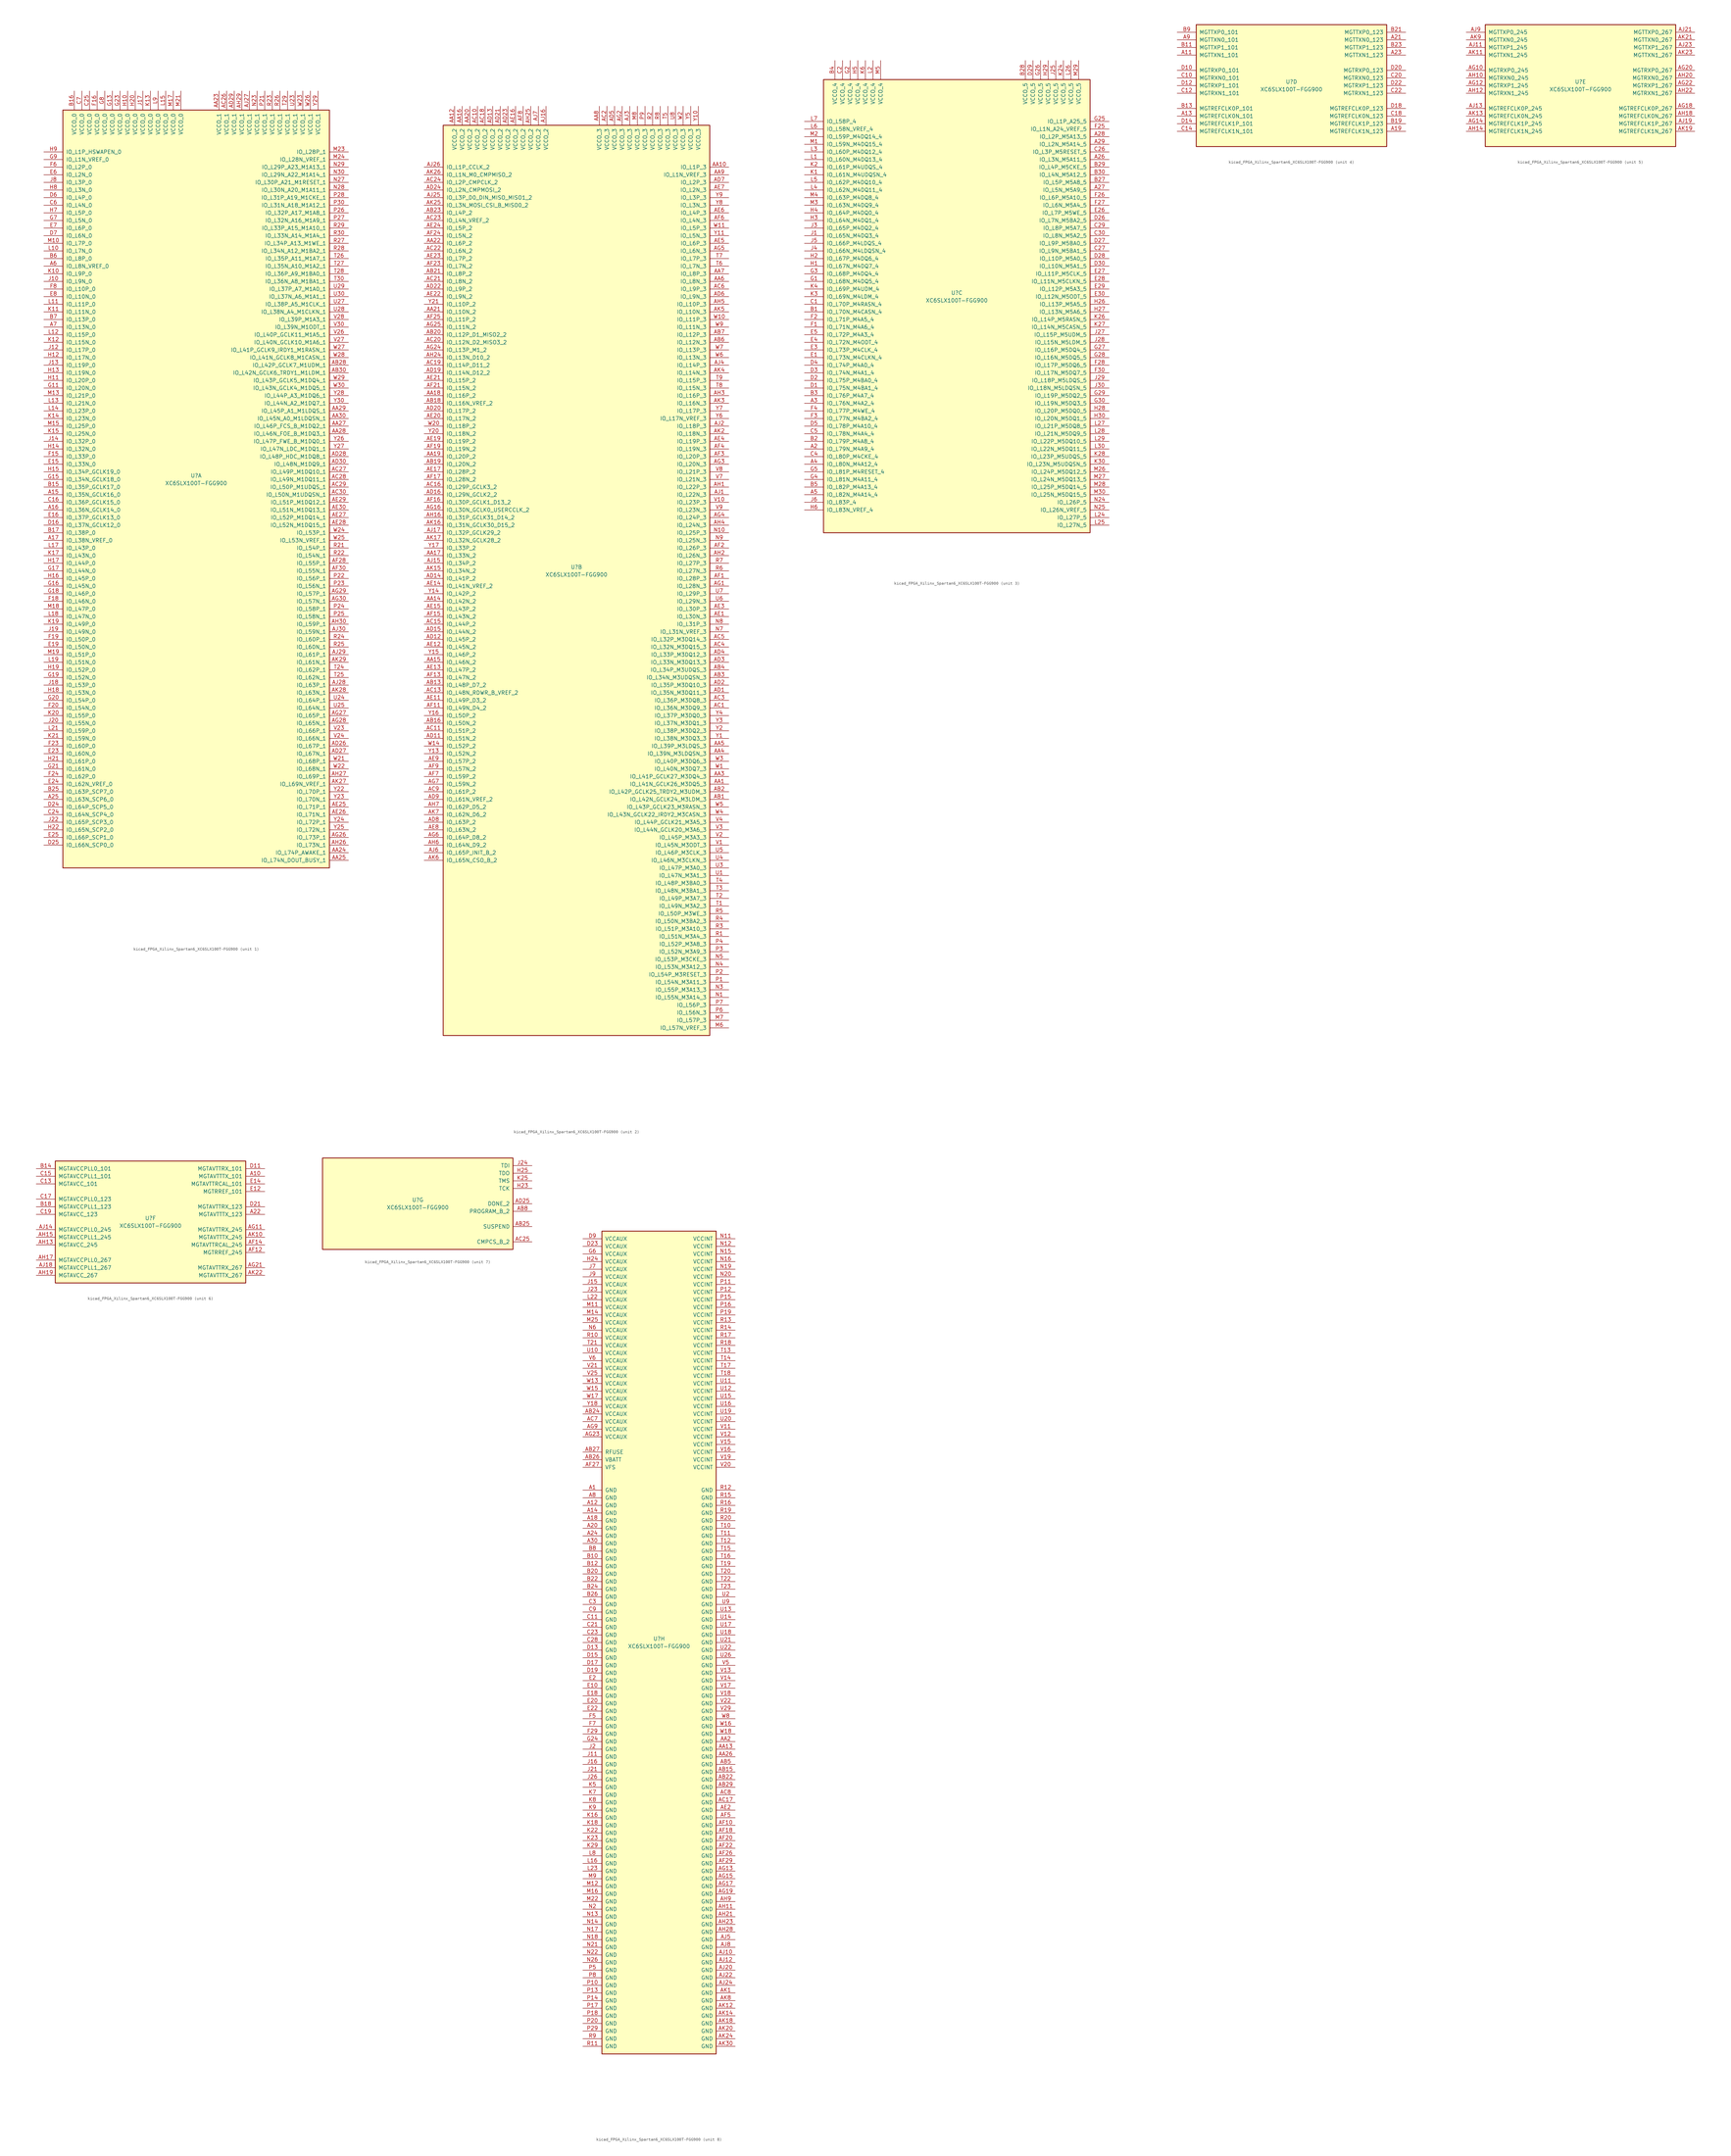
<source format=kicad_sym>
(kicad_symbol_lib
  (version 20220914)
  (generator kicad_symbol_editor)
  (symbol "kicad_FPGA_Xilinx_Spartan6_XC6SLX100T-FGG900"
    (pin_names
      (offset 1.016))
    (property "Reference" "U"
      (at 0 1.27 0)
      (effects (font (size 1.27 1.27))))
    (property "Value" "XC6SLX100T-FGG900"
      (at 0 -1.27 0)
      (effects (font (size 1.27 1.27))))
    (property "Datasheet" ""
      (at 0 0 0)
      (effects (font (size 1.27 1.27))))
    (property "ki_locked" ""
      (at 0 0 0)
      (effects (font (size 1.27 1.27))))
    (symbol "kicad_FPGA_Xilinx_Spartan6_XC6SLX100T-FGG900_1_1"
      (rectangle (start -44.45 123.19) (end 44.45 -129.54) (stroke (width 0.254) (type default)) (fill (type background)))
      (pin bidirectional line (at -50.8 -5.08 0) (length 6.35) (name "IO_L35N_GCLK16_0" (effects (font (size 1.27 1.27)))) (number "A15" (effects (font (size 1.27 1.27)))))
      (pin bidirectional line (at -50.8 -10.16 0) (length 6.35) (name "IO_L36N_GCLK14_0" (effects (font (size 1.27 1.27)))) (number "A16" (effects (font (size 1.27 1.27)))))
      (pin bidirectional line (at -50.8 -20.32 0) (length 6.35) (name "IO_L38N_VREF_0" (effects (font (size 1.27 1.27)))) (number "A17" (effects (font (size 1.27 1.27)))))
      (pin bidirectional line (at -50.8 -106.68 0) (length 6.35) (name "IO_L63N_SCP6_0" (effects (font (size 1.27 1.27)))) (number "A25" (effects (font (size 1.27 1.27)))))
      (pin bidirectional line (at -50.8 71.12 0) (length 6.35) (name "IO_L8N_VREF_0" (effects (font (size 1.27 1.27)))) (number "A6" (effects (font (size 1.27 1.27)))))
      (pin bidirectional line (at -50.8 50.8 0) (length 6.35) (name "IO_L13N_0" (effects (font (size 1.27 1.27)))) (number "A7" (effects (font (size 1.27 1.27)))))
      (pin power_in line (at 7.62 129.54 270) (length 6.35) (name "VCCO_1" (effects (font (size 1.27 1.27)))) (number "AA23" (effects (font (size 1.27 1.27)))))
      (pin bidirectional line (at 50.8 -124.46 180) (length 6.35) (name "IO_L74P_AWAKE_1" (effects (font (size 1.27 1.27)))) (number "AA24" (effects (font (size 1.27 1.27)))))
      (pin bidirectional line (at 50.8 -127 180) (length 6.35) (name "IO_L74N_DOUT_BUSY_1" (effects (font (size 1.27 1.27)))) (number "AA25" (effects (font (size 1.27 1.27)))))
      (pin bidirectional line (at 50.8 17.78 180) (length 6.35) (name "IO_L46P_FCS_B_M1DQ2_1" (effects (font (size 1.27 1.27)))) (number "AA27" (effects (font (size 1.27 1.27)))))
      (pin bidirectional line (at 50.8 15.24 180) (length 6.35) (name "IO_L46N_FOE_B_M1DQ3_1" (effects (font (size 1.27 1.27)))) (number "AA28" (effects (font (size 1.27 1.27)))))
      (pin bidirectional line (at 50.8 22.86 180) (length 6.35) (name "IO_L45P_A1_M1LDQS_1" (effects (font (size 1.27 1.27)))) (number "AA29" (effects (font (size 1.27 1.27)))))
      (pin bidirectional line (at 50.8 20.32 180) (length 6.35) (name "IO_L45N_A0_M1LDQSN_1" (effects (font (size 1.27 1.27)))) (number "AA30" (effects (font (size 1.27 1.27)))))
      (pin bidirectional line (at 50.8 38.1 180) (length 6.35) (name "IO_L42P_GCLK7_M1UDM_1" (effects (font (size 1.27 1.27)))) (number "AB28" (effects (font (size 1.27 1.27)))))
      (pin bidirectional line (at 50.8 35.56 180) (length 6.35) (name "IO_L42N_GCLK6_TRDY1_M1LDM_1" (effects (font (size 1.27 1.27)))) (number "AB30" (effects (font (size 1.27 1.27)))))
      (pin power_in line (at 10.16 129.54 270) (length 6.35) (name "VCCO_1" (effects (font (size 1.27 1.27)))) (number "AC26" (effects (font (size 1.27 1.27)))))
      (pin bidirectional line (at 50.8 2.54 180) (length 6.35) (name "IO_L49P_M1DQ10_1" (effects (font (size 1.27 1.27)))) (number "AC27" (effects (font (size 1.27 1.27)))))
      (pin bidirectional line (at 50.8 0 180) (length 6.35) (name "IO_L49N_M1DQ11_1" (effects (font (size 1.27 1.27)))) (number "AC28" (effects (font (size 1.27 1.27)))))
      (pin bidirectional line (at 50.8 -2.54 180) (length 6.35) (name "IO_L50P_M1UDQS_1" (effects (font (size 1.27 1.27)))) (number "AC29" (effects (font (size 1.27 1.27)))))
      (pin bidirectional line (at 50.8 -5.08 180) (length 6.35) (name "IO_L50N_M1UDQSN_1" (effects (font (size 1.27 1.27)))) (number "AC30" (effects (font (size 1.27 1.27)))))
      (pin bidirectional line (at 50.8 -88.9 180) (length 6.35) (name "IO_L67P_1" (effects (font (size 1.27 1.27)))) (number "AD26" (effects (font (size 1.27 1.27)))))
      (pin bidirectional line (at 50.8 -91.44 180) (length 6.35) (name "IO_L67N_1" (effects (font (size 1.27 1.27)))) (number "AD27" (effects (font (size 1.27 1.27)))))
      (pin bidirectional line (at 50.8 7.62 180) (length 6.35) (name "IO_L48P_HDC_M1DQ8_1" (effects (font (size 1.27 1.27)))) (number "AD28" (effects (font (size 1.27 1.27)))))
      (pin power_in line (at 12.7 129.54 270) (length 6.35) (name "VCCO_1" (effects (font (size 1.27 1.27)))) (number "AD29" (effects (font (size 1.27 1.27)))))
      (pin bidirectional line (at 50.8 5.08 180) (length 6.35) (name "IO_L48N_M1DQ9_1" (effects (font (size 1.27 1.27)))) (number "AD30" (effects (font (size 1.27 1.27)))))
      (pin bidirectional line (at 50.8 -109.22 180) (length 6.35) (name "IO_L71P_1" (effects (font (size 1.27 1.27)))) (number "AE25" (effects (font (size 1.27 1.27)))))
      (pin bidirectional line (at 50.8 -111.76 180) (length 6.35) (name "IO_L71N_1" (effects (font (size 1.27 1.27)))) (number "AE26" (effects (font (size 1.27 1.27)))))
      (pin bidirectional line (at 50.8 -12.7 180) (length 6.35) (name "IO_L52P_M1DQ14_1" (effects (font (size 1.27 1.27)))) (number "AE27" (effects (font (size 1.27 1.27)))))
      (pin bidirectional line (at 50.8 -15.24 180) (length 6.35) (name "IO_L52N_M1DQ15_1" (effects (font (size 1.27 1.27)))) (number "AE28" (effects (font (size 1.27 1.27)))))
      (pin bidirectional line (at 50.8 -7.62 180) (length 6.35) (name "IO_L51P_M1DQ12_1" (effects (font (size 1.27 1.27)))) (number "AE29" (effects (font (size 1.27 1.27)))))
      (pin bidirectional line (at 50.8 -10.16 180) (length 6.35) (name "IO_L51N_M1DQ13_1" (effects (font (size 1.27 1.27)))) (number "AE30" (effects (font (size 1.27 1.27)))))
      (pin bidirectional line (at 50.8 -27.94 180) (length 6.35) (name "IO_L55P_1" (effects (font (size 1.27 1.27)))) (number "AF28" (effects (font (size 1.27 1.27)))))
      (pin bidirectional line (at 50.8 -30.48 180) (length 6.35) (name "IO_L55N_1" (effects (font (size 1.27 1.27)))) (number "AF30" (effects (font (size 1.27 1.27)))))
      (pin bidirectional line (at 50.8 -119.38 180) (length 6.35) (name "IO_L73P_1" (effects (font (size 1.27 1.27)))) (number "AG26" (effects (font (size 1.27 1.27)))))
      (pin bidirectional line (at 50.8 -78.74 180) (length 6.35) (name "IO_L65P_1" (effects (font (size 1.27 1.27)))) (number "AG27" (effects (font (size 1.27 1.27)))))
      (pin bidirectional line (at 50.8 -81.28 180) (length 6.35) (name "IO_L65N_1" (effects (font (size 1.27 1.27)))) (number "AG28" (effects (font (size 1.27 1.27)))))
      (pin bidirectional line (at 50.8 -38.1 180) (length 6.35) (name "IO_L57P_1" (effects (font (size 1.27 1.27)))) (number "AG29" (effects (font (size 1.27 1.27)))))
      (pin bidirectional line (at 50.8 -40.64 180) (length 6.35) (name "IO_L57N_1" (effects (font (size 1.27 1.27)))) (number "AG30" (effects (font (size 1.27 1.27)))))
      (pin bidirectional line (at 50.8 -121.92 180) (length 6.35) (name "IO_L73N_1" (effects (font (size 1.27 1.27)))) (number "AH26" (effects (font (size 1.27 1.27)))))
      (pin bidirectional line (at 50.8 -99.06 180) (length 6.35) (name "IO_L69P_1" (effects (font (size 1.27 1.27)))) (number "AH27" (effects (font (size 1.27 1.27)))))
      (pin power_in line (at 15.24 129.54 270) (length 6.35) (name "VCCO_1" (effects (font (size 1.27 1.27)))) (number "AH29" (effects (font (size 1.27 1.27)))))
      (pin bidirectional line (at 50.8 -48.26 180) (length 6.35) (name "IO_L59P_1" (effects (font (size 1.27 1.27)))) (number "AH30" (effects (font (size 1.27 1.27)))))
      (pin power_in line (at 17.78 129.54 270) (length 6.35) (name "VCCO_1" (effects (font (size 1.27 1.27)))) (number "AJ27" (effects (font (size 1.27 1.27)))))
      (pin bidirectional line (at 50.8 -68.58 180) (length 6.35) (name "IO_L63P_1" (effects (font (size 1.27 1.27)))) (number "AJ28" (effects (font (size 1.27 1.27)))))
      (pin bidirectional line (at 50.8 -58.42 180) (length 6.35) (name "IO_L61P_1" (effects (font (size 1.27 1.27)))) (number "AJ29" (effects (font (size 1.27 1.27)))))
      (pin bidirectional line (at 50.8 -50.8 180) (length 6.35) (name "IO_L59N_1" (effects (font (size 1.27 1.27)))) (number "AJ30" (effects (font (size 1.27 1.27)))))
      (pin bidirectional line (at 50.8 -101.6 180) (length 6.35) (name "IO_L69N_VREF_1" (effects (font (size 1.27 1.27)))) (number "AK27" (effects (font (size 1.27 1.27)))))
      (pin bidirectional line (at 50.8 -71.12 180) (length 6.35) (name "IO_L63N_1" (effects (font (size 1.27 1.27)))) (number "AK28" (effects (font (size 1.27 1.27)))))
      (pin bidirectional line (at 50.8 -60.96 180) (length 6.35) (name "IO_L61N_1" (effects (font (size 1.27 1.27)))) (number "AK29" (effects (font (size 1.27 1.27)))))
      (pin bidirectional line (at -50.8 -2.54 0) (length 6.35) (name "IO_L35P_GCLK17_0" (effects (font (size 1.27 1.27)))) (number "B15" (effects (font (size 1.27 1.27)))))
      (pin power_in line (at -40.64 129.54 270) (length 6.35) (name "VCCO_0" (effects (font (size 1.27 1.27)))) (number "B16" (effects (font (size 1.27 1.27)))))
      (pin bidirectional line (at -50.8 -17.78 0) (length 6.35) (name "IO_L38P_0" (effects (font (size 1.27 1.27)))) (number "B17" (effects (font (size 1.27 1.27)))))
      (pin bidirectional line (at -50.8 -104.14 0) (length 6.35) (name "IO_L63P_SCP7_0" (effects (font (size 1.27 1.27)))) (number "B25" (effects (font (size 1.27 1.27)))))
      (pin bidirectional line (at -50.8 73.66 0) (length 6.35) (name "IO_L8P_0" (effects (font (size 1.27 1.27)))) (number "B6" (effects (font (size 1.27 1.27)))))
      (pin bidirectional line (at -50.8 53.34 0) (length 6.35) (name "IO_L13P_0" (effects (font (size 1.27 1.27)))) (number "B7" (effects (font (size 1.27 1.27)))))
      (pin bidirectional line (at -50.8 -7.62 0) (length 6.35) (name "IO_L36P_GCLK15_0" (effects (font (size 1.27 1.27)))) (number "C16" (effects (font (size 1.27 1.27)))))
      (pin bidirectional line (at -50.8 -111.76 0) (length 6.35) (name "IO_L64N_SCP4_0" (effects (font (size 1.27 1.27)))) (number "C24" (effects (font (size 1.27 1.27)))))
      (pin power_in line (at -35.56 129.54 270) (length 6.35) (name "VCCO_0" (effects (font (size 1.27 1.27)))) (number "C25" (effects (font (size 1.27 1.27)))))
      (pin bidirectional line (at -50.8 91.44 0) (length 6.35) (name "IO_L4N_0" (effects (font (size 1.27 1.27)))) (number "C6" (effects (font (size 1.27 1.27)))))
      (pin power_in line (at -38.1 129.54 270) (length 6.35) (name "VCCO_0" (effects (font (size 1.27 1.27)))) (number "C7" (effects (font (size 1.27 1.27)))))
      (pin bidirectional line (at -50.8 -15.24 0) (length 6.35) (name "IO_L37N_GCLK12_0" (effects (font (size 1.27 1.27)))) (number "D16" (effects (font (size 1.27 1.27)))))
      (pin bidirectional line (at -50.8 -109.22 0) (length 6.35) (name "IO_L64P_SCP5_0" (effects (font (size 1.27 1.27)))) (number "D24" (effects (font (size 1.27 1.27)))))
      (pin bidirectional line (at -50.8 -121.92 0) (length 6.35) (name "IO_L66N_SCP0_0" (effects (font (size 1.27 1.27)))) (number "D25" (effects (font (size 1.27 1.27)))))
      (pin bidirectional line (at -50.8 93.98 0) (length 6.35) (name "IO_L4P_0" (effects (font (size 1.27 1.27)))) (number "D6" (effects (font (size 1.27 1.27)))))
      (pin bidirectional line (at -50.8 81.28 0) (length 6.35) (name "IO_L6N_0" (effects (font (size 1.27 1.27)))) (number "D7" (effects (font (size 1.27 1.27)))))
      (pin bidirectional line (at -50.8 5.08 0) (length 6.35) (name "IO_L33N_0" (effects (font (size 1.27 1.27)))) (number "E15" (effects (font (size 1.27 1.27)))))
      (pin bidirectional line (at -50.8 -12.7 0) (length 6.35) (name "IO_L37P_GCLK13_0" (effects (font (size 1.27 1.27)))) (number "E16" (effects (font (size 1.27 1.27)))))
      (pin bidirectional line (at -50.8 -55.88 0) (length 6.35) (name "IO_L50N_0" (effects (font (size 1.27 1.27)))) (number "E19" (effects (font (size 1.27 1.27)))))
      (pin bidirectional line (at -50.8 -91.44 0) (length 6.35) (name "IO_L60N_0" (effects (font (size 1.27 1.27)))) (number "E23" (effects (font (size 1.27 1.27)))))
      (pin bidirectional line (at -50.8 -101.6 0) (length 6.35) (name "IO_L62N_VREF_0" (effects (font (size 1.27 1.27)))) (number "E24" (effects (font (size 1.27 1.27)))))
      (pin bidirectional line (at -50.8 -119.38 0) (length 6.35) (name "IO_L66P_SCP1_0" (effects (font (size 1.27 1.27)))) (number "E25" (effects (font (size 1.27 1.27)))))
      (pin bidirectional line (at -50.8 101.6 0) (length 6.35) (name "IO_L2N_0" (effects (font (size 1.27 1.27)))) (number "E6" (effects (font (size 1.27 1.27)))))
      (pin bidirectional line (at -50.8 83.82 0) (length 6.35) (name "IO_L6P_0" (effects (font (size 1.27 1.27)))) (number "E7" (effects (font (size 1.27 1.27)))))
      (pin bidirectional line (at -50.8 60.96 0) (length 6.35) (name "IO_L10N_0" (effects (font (size 1.27 1.27)))) (number "E8" (effects (font (size 1.27 1.27)))))
      (pin bidirectional line (at -50.8 7.62 0) (length 6.35) (name "IO_L33P_0" (effects (font (size 1.27 1.27)))) (number "F15" (effects (font (size 1.27 1.27)))))
      (pin power_in line (at -33.02 129.54 270) (length 6.35) (name "VCCO_0" (effects (font (size 1.27 1.27)))) (number "F16" (effects (font (size 1.27 1.27)))))
      (pin bidirectional line (at -50.8 -40.64 0) (length 6.35) (name "IO_L46N_0" (effects (font (size 1.27 1.27)))) (number "F18" (effects (font (size 1.27 1.27)))))
      (pin bidirectional line (at -50.8 -53.34 0) (length 6.35) (name "IO_L50P_0" (effects (font (size 1.27 1.27)))) (number "F19" (effects (font (size 1.27 1.27)))))
      (pin bidirectional line (at -50.8 -76.2 0) (length 6.35) (name "IO_L54N_0" (effects (font (size 1.27 1.27)))) (number "F20" (effects (font (size 1.27 1.27)))))
      (pin bidirectional line (at -50.8 -88.9 0) (length 6.35) (name "IO_L60P_0" (effects (font (size 1.27 1.27)))) (number "F23" (effects (font (size 1.27 1.27)))))
      (pin bidirectional line (at -50.8 -99.06 0) (length 6.35) (name "IO_L62P_0" (effects (font (size 1.27 1.27)))) (number "F24" (effects (font (size 1.27 1.27)))))
      (pin bidirectional line (at -50.8 104.14 0) (length 6.35) (name "IO_L2P_0" (effects (font (size 1.27 1.27)))) (number "F6" (effects (font (size 1.27 1.27)))))
      (pin bidirectional line (at -50.8 63.5 0) (length 6.35) (name "IO_L10P_0" (effects (font (size 1.27 1.27)))) (number "F8" (effects (font (size 1.27 1.27)))))
      (pin bidirectional line (at -50.8 30.48 0) (length 6.35) (name "IO_L20N_0" (effects (font (size 1.27 1.27)))) (number "G11" (effects (font (size 1.27 1.27)))))
      (pin power_in line (at -27.94 129.54 270) (length 6.35) (name "VCCO_0" (effects (font (size 1.27 1.27)))) (number "G13" (effects (font (size 1.27 1.27)))))
      (pin bidirectional line (at -50.8 0 0) (length 6.35) (name "IO_L34N_GCLK18_0" (effects (font (size 1.27 1.27)))) (number "G15" (effects (font (size 1.27 1.27)))))
      (pin bidirectional line (at -50.8 -35.56 0) (length 6.35) (name "IO_L45N_0" (effects (font (size 1.27 1.27)))) (number "G16" (effects (font (size 1.27 1.27)))))
      (pin bidirectional line (at -50.8 -30.48 0) (length 6.35) (name "IO_L44N_0" (effects (font (size 1.27 1.27)))) (number "G17" (effects (font (size 1.27 1.27)))))
      (pin bidirectional line (at -50.8 -38.1 0) (length 6.35) (name "IO_L46P_0" (effects (font (size 1.27 1.27)))) (number "G18" (effects (font (size 1.27 1.27)))))
      (pin bidirectional line (at -50.8 -66.04 0) (length 6.35) (name "IO_L52N_0" (effects (font (size 1.27 1.27)))) (number "G19" (effects (font (size 1.27 1.27)))))
      (pin bidirectional line (at -50.8 -73.66 0) (length 6.35) (name "IO_L54P_0" (effects (font (size 1.27 1.27)))) (number "G20" (effects (font (size 1.27 1.27)))))
      (pin bidirectional line (at -50.8 -96.52 0) (length 6.35) (name "IO_L61N_0" (effects (font (size 1.27 1.27)))) (number "G21" (effects (font (size 1.27 1.27)))))
      (pin power_in line (at -25.4 129.54 270) (length 6.35) (name "VCCO_0" (effects (font (size 1.27 1.27)))) (number "G23" (effects (font (size 1.27 1.27)))))
      (pin bidirectional line (at -50.8 86.36 0) (length 6.35) (name "IO_L5N_0" (effects (font (size 1.27 1.27)))) (number "G7" (effects (font (size 1.27 1.27)))))
      (pin power_in line (at -30.48 129.54 270) (length 6.35) (name "VCCO_0" (effects (font (size 1.27 1.27)))) (number "G8" (effects (font (size 1.27 1.27)))))
      (pin bidirectional line (at -50.8 106.68 0) (length 6.35) (name "IO_L1N_VREF_0" (effects (font (size 1.27 1.27)))) (number "G9" (effects (font (size 1.27 1.27)))))
      (pin power_in line (at -22.86 129.54 270) (length 6.35) (name "VCCO_0" (effects (font (size 1.27 1.27)))) (number "H10" (effects (font (size 1.27 1.27)))))
      (pin bidirectional line (at -50.8 33.02 0) (length 6.35) (name "IO_L20P_0" (effects (font (size 1.27 1.27)))) (number "H11" (effects (font (size 1.27 1.27)))))
      (pin bidirectional line (at -50.8 40.64 0) (length 6.35) (name "IO_L17N_0" (effects (font (size 1.27 1.27)))) (number "H12" (effects (font (size 1.27 1.27)))))
      (pin bidirectional line (at -50.8 35.56 0) (length 6.35) (name "IO_L19N_0" (effects (font (size 1.27 1.27)))) (number "H13" (effects (font (size 1.27 1.27)))))
      (pin bidirectional line (at -50.8 10.16 0) (length 6.35) (name "IO_L32N_0" (effects (font (size 1.27 1.27)))) (number "H14" (effects (font (size 1.27 1.27)))))
      (pin bidirectional line (at -50.8 2.54 0) (length 6.35) (name "IO_L34P_GCLK19_0" (effects (font (size 1.27 1.27)))) (number "H15" (effects (font (size 1.27 1.27)))))
      (pin bidirectional line (at -50.8 -33.02 0) (length 6.35) (name "IO_L45P_0" (effects (font (size 1.27 1.27)))) (number "H16" (effects (font (size 1.27 1.27)))))
      (pin bidirectional line (at -50.8 -27.94 0) (length 6.35) (name "IO_L44P_0" (effects (font (size 1.27 1.27)))) (number "H17" (effects (font (size 1.27 1.27)))))
      (pin bidirectional line (at -50.8 -71.12 0) (length 6.35) (name "IO_L53N_0" (effects (font (size 1.27 1.27)))) (number "H18" (effects (font (size 1.27 1.27)))))
      (pin bidirectional line (at -50.8 -63.5 0) (length 6.35) (name "IO_L52P_0" (effects (font (size 1.27 1.27)))) (number "H19" (effects (font (size 1.27 1.27)))))
      (pin power_in line (at -20.32 129.54 270) (length 6.35) (name "VCCO_0" (effects (font (size 1.27 1.27)))) (number "H20" (effects (font (size 1.27 1.27)))))
      (pin bidirectional line (at -50.8 -93.98 0) (length 6.35) (name "IO_L61P_0" (effects (font (size 1.27 1.27)))) (number "H21" (effects (font (size 1.27 1.27)))))
      (pin bidirectional line (at -50.8 -116.84 0) (length 6.35) (name "IO_L65N_SCP2_0" (effects (font (size 1.27 1.27)))) (number "H22" (effects (font (size 1.27 1.27)))))
      (pin bidirectional line (at -50.8 88.9 0) (length 6.35) (name "IO_L5P_0" (effects (font (size 1.27 1.27)))) (number "H7" (effects (font (size 1.27 1.27)))))
      (pin bidirectional line (at -50.8 96.52 0) (length 6.35) (name "IO_L3N_0" (effects (font (size 1.27 1.27)))) (number "H8" (effects (font (size 1.27 1.27)))))
      (pin bidirectional line (at -50.8 109.22 0) (length 6.35) (name "IO_L1P_HSWAPEN_0" (effects (font (size 1.27 1.27)))) (number "H9" (effects (font (size 1.27 1.27)))))
      (pin bidirectional line (at -50.8 66.04 0) (length 6.35) (name "IO_L9N_0" (effects (font (size 1.27 1.27)))) (number "J10" (effects (font (size 1.27 1.27)))))
      (pin bidirectional line (at -50.8 43.18 0) (length 6.35) (name "IO_L17P_0" (effects (font (size 1.27 1.27)))) (number "J12" (effects (font (size 1.27 1.27)))))
      (pin bidirectional line (at -50.8 38.1 0) (length 6.35) (name "IO_L19P_0" (effects (font (size 1.27 1.27)))) (number "J13" (effects (font (size 1.27 1.27)))))
      (pin bidirectional line (at -50.8 12.7 0) (length 6.35) (name "IO_L32P_0" (effects (font (size 1.27 1.27)))) (number "J14" (effects (font (size 1.27 1.27)))))
      (pin power_in line (at -17.78 129.54 270) (length 6.35) (name "VCCO_0" (effects (font (size 1.27 1.27)))) (number "J17" (effects (font (size 1.27 1.27)))))
      (pin bidirectional line (at -50.8 -68.58 0) (length 6.35) (name "IO_L53P_0" (effects (font (size 1.27 1.27)))) (number "J18" (effects (font (size 1.27 1.27)))))
      (pin bidirectional line (at -50.8 -50.8 0) (length 6.35) (name "IO_L49N_0" (effects (font (size 1.27 1.27)))) (number "J19" (effects (font (size 1.27 1.27)))))
      (pin bidirectional line (at -50.8 -81.28 0) (length 6.35) (name "IO_L55N_0" (effects (font (size 1.27 1.27)))) (number "J20" (effects (font (size 1.27 1.27)))))
      (pin bidirectional line (at -50.8 -114.3 0) (length 6.35) (name "IO_L65P_SCP3_0" (effects (font (size 1.27 1.27)))) (number "J22" (effects (font (size 1.27 1.27)))))
      (pin bidirectional line (at -50.8 99.06 0) (length 6.35) (name "IO_L3P_0" (effects (font (size 1.27 1.27)))) (number "J8" (effects (font (size 1.27 1.27)))))
      (pin bidirectional line (at -50.8 68.58 0) (length 6.35) (name "IO_L9P_0" (effects (font (size 1.27 1.27)))) (number "K10" (effects (font (size 1.27 1.27)))))
      (pin bidirectional line (at -50.8 55.88 0) (length 6.35) (name "IO_L11N_0" (effects (font (size 1.27 1.27)))) (number "K11" (effects (font (size 1.27 1.27)))))
      (pin bidirectional line (at -50.8 45.72 0) (length 6.35) (name "IO_L15N_0" (effects (font (size 1.27 1.27)))) (number "K12" (effects (font (size 1.27 1.27)))))
      (pin power_in line (at -15.24 129.54 270) (length 6.35) (name "VCCO_0" (effects (font (size 1.27 1.27)))) (number "K13" (effects (font (size 1.27 1.27)))))
      (pin bidirectional line (at -50.8 20.32 0) (length 6.35) (name "IO_L23N_0" (effects (font (size 1.27 1.27)))) (number "K14" (effects (font (size 1.27 1.27)))))
      (pin bidirectional line (at -50.8 15.24 0) (length 6.35) (name "IO_L25N_0" (effects (font (size 1.27 1.27)))) (number "K15" (effects (font (size 1.27 1.27)))))
      (pin bidirectional line (at -50.8 -25.4 0) (length 6.35) (name "IO_L43N_0" (effects (font (size 1.27 1.27)))) (number "K17" (effects (font (size 1.27 1.27)))))
      (pin bidirectional line (at -50.8 -48.26 0) (length 6.35) (name "IO_L49P_0" (effects (font (size 1.27 1.27)))) (number "K19" (effects (font (size 1.27 1.27)))))
      (pin bidirectional line (at -50.8 -78.74 0) (length 6.35) (name "IO_L55P_0" (effects (font (size 1.27 1.27)))) (number "K20" (effects (font (size 1.27 1.27)))))
      (pin bidirectional line (at -50.8 -86.36 0) (length 6.35) (name "IO_L59N_0" (effects (font (size 1.27 1.27)))) (number "K21" (effects (font (size 1.27 1.27)))))
      (pin bidirectional line (at -50.8 76.2 0) (length 6.35) (name "IO_L7N_0" (effects (font (size 1.27 1.27)))) (number "L10" (effects (font (size 1.27 1.27)))))
      (pin bidirectional line (at -50.8 58.42 0) (length 6.35) (name "IO_L11P_0" (effects (font (size 1.27 1.27)))) (number "L11" (effects (font (size 1.27 1.27)))))
      (pin bidirectional line (at -50.8 48.26 0) (length 6.35) (name "IO_L15P_0" (effects (font (size 1.27 1.27)))) (number "L12" (effects (font (size 1.27 1.27)))))
      (pin bidirectional line (at -50.8 25.4 0) (length 6.35) (name "IO_L21N_0" (effects (font (size 1.27 1.27)))) (number "L13" (effects (font (size 1.27 1.27)))))
      (pin bidirectional line (at -50.8 22.86 0) (length 6.35) (name "IO_L23P_0" (effects (font (size 1.27 1.27)))) (number "L14" (effects (font (size 1.27 1.27)))))
      (pin power_in line (at -10.16 129.54 270) (length 6.35) (name "VCCO_0" (effects (font (size 1.27 1.27)))) (number "L15" (effects (font (size 1.27 1.27)))))
      (pin bidirectional line (at -50.8 -22.86 0) (length 6.35) (name "IO_L43P_0" (effects (font (size 1.27 1.27)))) (number "L17" (effects (font (size 1.27 1.27)))))
      (pin bidirectional line (at -50.8 -45.72 0) (length 6.35) (name "IO_L47N_0" (effects (font (size 1.27 1.27)))) (number "L18" (effects (font (size 1.27 1.27)))))
      (pin bidirectional line (at -50.8 -60.96 0) (length 6.35) (name "IO_L51N_0" (effects (font (size 1.27 1.27)))) (number "L19" (effects (font (size 1.27 1.27)))))
      (pin bidirectional line (at -50.8 -83.82 0) (length 6.35) (name "IO_L59P_0" (effects (font (size 1.27 1.27)))) (number "L21" (effects (font (size 1.27 1.27)))))
      (pin power_in line (at -12.7 129.54 270) (length 6.35) (name "VCCO_0" (effects (font (size 1.27 1.27)))) (number "L9" (effects (font (size 1.27 1.27)))))
      (pin bidirectional line (at -50.8 78.74 0) (length 6.35) (name "IO_L7P_0" (effects (font (size 1.27 1.27)))) (number "M10" (effects (font (size 1.27 1.27)))))
      (pin bidirectional line (at -50.8 27.94 0) (length 6.35) (name "IO_L21P_0" (effects (font (size 1.27 1.27)))) (number "M13" (effects (font (size 1.27 1.27)))))
      (pin bidirectional line (at -50.8 17.78 0) (length 6.35) (name "IO_L25P_0" (effects (font (size 1.27 1.27)))) (number "M15" (effects (font (size 1.27 1.27)))))
      (pin power_in line (at -7.62 129.54 270) (length 6.35) (name "VCCO_0" (effects (font (size 1.27 1.27)))) (number "M17" (effects (font (size 1.27 1.27)))))
      (pin bidirectional line (at -50.8 -43.18 0) (length 6.35) (name "IO_L47P_0" (effects (font (size 1.27 1.27)))) (number "M18" (effects (font (size 1.27 1.27)))))
      (pin bidirectional line (at -50.8 -58.42 0) (length 6.35) (name "IO_L51P_0" (effects (font (size 1.27 1.27)))) (number "M19" (effects (font (size 1.27 1.27)))))
      (pin power_in line (at -5.08 129.54 270) (length 6.35) (name "VCCO_0" (effects (font (size 1.27 1.27)))) (number "M21" (effects (font (size 1.27 1.27)))))
      (pin bidirectional line (at 50.8 109.22 180) (length 6.35) (name "IO_L28P_1" (effects (font (size 1.27 1.27)))) (number "M23" (effects (font (size 1.27 1.27)))))
      (pin bidirectional line (at 50.8 106.68 180) (length 6.35) (name "IO_L28N_VREF_1" (effects (font (size 1.27 1.27)))) (number "M24" (effects (font (size 1.27 1.27)))))
      (pin power_in line (at 20.32 129.54 270) (length 6.35) (name "VCCO_1" (effects (font (size 1.27 1.27)))) (number "N23" (effects (font (size 1.27 1.27)))))
      (pin bidirectional line (at 50.8 99.06 180) (length 6.35) (name "IO_L30P_A21_M1RESET_1" (effects (font (size 1.27 1.27)))) (number "N27" (effects (font (size 1.27 1.27)))))
      (pin bidirectional line (at 50.8 96.52 180) (length 6.35) (name "IO_L30N_A20_M1A11_1" (effects (font (size 1.27 1.27)))) (number "N28" (effects (font (size 1.27 1.27)))))
      (pin bidirectional line (at 50.8 104.14 180) (length 6.35) (name "IO_L29P_A23_M1A13_1" (effects (font (size 1.27 1.27)))) (number "N29" (effects (font (size 1.27 1.27)))))
      (pin bidirectional line (at 50.8 101.6 180) (length 6.35) (name "IO_L29N_A22_M1A14_1" (effects (font (size 1.27 1.27)))) (number "N30" (effects (font (size 1.27 1.27)))))
      (pin power_in line (at 22.86 129.54 270) (length 6.35) (name "VCCO_1" (effects (font (size 1.27 1.27)))) (number "P21" (effects (font (size 1.27 1.27)))))
      (pin bidirectional line (at 50.8 -33.02 180) (length 6.35) (name "IO_L56P_1" (effects (font (size 1.27 1.27)))) (number "P22" (effects (font (size 1.27 1.27)))))
      (pin bidirectional line (at 50.8 -35.56 180) (length 6.35) (name "IO_L56N_1" (effects (font (size 1.27 1.27)))) (number "P23" (effects (font (size 1.27 1.27)))))
      (pin bidirectional line (at 50.8 -43.18 180) (length 6.35) (name "IO_L58P_1" (effects (font (size 1.27 1.27)))) (number "P24" (effects (font (size 1.27 1.27)))))
      (pin bidirectional line (at 50.8 -45.72 180) (length 6.35) (name "IO_L58N_1" (effects (font (size 1.27 1.27)))) (number "P25" (effects (font (size 1.27 1.27)))))
      (pin bidirectional line (at 50.8 88.9 180) (length 6.35) (name "IO_L32P_A17_M1A8_1" (effects (font (size 1.27 1.27)))) (number "P26" (effects (font (size 1.27 1.27)))))
      (pin bidirectional line (at 50.8 86.36 180) (length 6.35) (name "IO_L32N_A16_M1A9_1" (effects (font (size 1.27 1.27)))) (number "P27" (effects (font (size 1.27 1.27)))))
      (pin bidirectional line (at 50.8 93.98 180) (length 6.35) (name "IO_L31P_A19_M1CKE_1" (effects (font (size 1.27 1.27)))) (number "P28" (effects (font (size 1.27 1.27)))))
      (pin bidirectional line (at 50.8 91.44 180) (length 6.35) (name "IO_L31N_A18_M1A12_1" (effects (font (size 1.27 1.27)))) (number "P30" (effects (font (size 1.27 1.27)))))
      (pin bidirectional line (at 50.8 -22.86 180) (length 6.35) (name "IO_L54P_1" (effects (font (size 1.27 1.27)))) (number "R21" (effects (font (size 1.27 1.27)))))
      (pin bidirectional line (at 50.8 -25.4 180) (length 6.35) (name "IO_L54N_1" (effects (font (size 1.27 1.27)))) (number "R22" (effects (font (size 1.27 1.27)))))
      (pin power_in line (at 25.4 129.54 270) (length 6.35) (name "VCCO_1" (effects (font (size 1.27 1.27)))) (number "R23" (effects (font (size 1.27 1.27)))))
      (pin bidirectional line (at 50.8 -53.34 180) (length 6.35) (name "IO_L60P_1" (effects (font (size 1.27 1.27)))) (number "R24" (effects (font (size 1.27 1.27)))))
      (pin bidirectional line (at 50.8 -55.88 180) (length 6.35) (name "IO_L60N_1" (effects (font (size 1.27 1.27)))) (number "R25" (effects (font (size 1.27 1.27)))))
      (pin power_in line (at 27.94 129.54 270) (length 6.35) (name "VCCO_1" (effects (font (size 1.27 1.27)))) (number "R26" (effects (font (size 1.27 1.27)))))
      (pin bidirectional line (at 50.8 78.74 180) (length 6.35) (name "IO_L34P_A13_M1WE_1" (effects (font (size 1.27 1.27)))) (number "R27" (effects (font (size 1.27 1.27)))))
      (pin bidirectional line (at 50.8 76.2 180) (length 6.35) (name "IO_L34N_A12_M1BA2_1" (effects (font (size 1.27 1.27)))) (number "R28" (effects (font (size 1.27 1.27)))))
      (pin bidirectional line (at 50.8 83.82 180) (length 6.35) (name "IO_L33P_A15_M1A10_1" (effects (font (size 1.27 1.27)))) (number "R29" (effects (font (size 1.27 1.27)))))
      (pin bidirectional line (at 50.8 81.28 180) (length 6.35) (name "IO_L33N_A14_M1A4_1" (effects (font (size 1.27 1.27)))) (number "R30" (effects (font (size 1.27 1.27)))))
      (pin bidirectional line (at 50.8 -63.5 180) (length 6.35) (name "IO_L62P_1" (effects (font (size 1.27 1.27)))) (number "T24" (effects (font (size 1.27 1.27)))))
      (pin bidirectional line (at 50.8 -66.04 180) (length 6.35) (name "IO_L62N_1" (effects (font (size 1.27 1.27)))) (number "T25" (effects (font (size 1.27 1.27)))))
      (pin bidirectional line (at 50.8 73.66 180) (length 6.35) (name "IO_L35P_A11_M1A7_1" (effects (font (size 1.27 1.27)))) (number "T26" (effects (font (size 1.27 1.27)))))
      (pin bidirectional line (at 50.8 71.12 180) (length 6.35) (name "IO_L35N_A10_M1A2_1" (effects (font (size 1.27 1.27)))) (number "T27" (effects (font (size 1.27 1.27)))))
      (pin bidirectional line (at 50.8 68.58 180) (length 6.35) (name "IO_L36P_A9_M1BA0_1" (effects (font (size 1.27 1.27)))) (number "T28" (effects (font (size 1.27 1.27)))))
      (pin power_in line (at 30.48 129.54 270) (length 6.35) (name "VCCO_1" (effects (font (size 1.27 1.27)))) (number "T29" (effects (font (size 1.27 1.27)))))
      (pin bidirectional line (at 50.8 66.04 180) (length 6.35) (name "IO_L36N_A8_M1BA1_1" (effects (font (size 1.27 1.27)))) (number "T30" (effects (font (size 1.27 1.27)))))
      (pin power_in line (at 33.02 129.54 270) (length 6.35) (name "VCCO_1" (effects (font (size 1.27 1.27)))) (number "U23" (effects (font (size 1.27 1.27)))))
      (pin bidirectional line (at 50.8 -73.66 180) (length 6.35) (name "IO_L64P_1" (effects (font (size 1.27 1.27)))) (number "U24" (effects (font (size 1.27 1.27)))))
      (pin bidirectional line (at 50.8 -76.2 180) (length 6.35) (name "IO_L64N_1" (effects (font (size 1.27 1.27)))) (number "U25" (effects (font (size 1.27 1.27)))))
      (pin bidirectional line (at 50.8 58.42 180) (length 6.35) (name "IO_L38P_A5_M1CLK_1" (effects (font (size 1.27 1.27)))) (number "U27" (effects (font (size 1.27 1.27)))))
      (pin bidirectional line (at 50.8 55.88 180) (length 6.35) (name "IO_L38N_A4_M1CLKN_1" (effects (font (size 1.27 1.27)))) (number "U28" (effects (font (size 1.27 1.27)))))
      (pin bidirectional line (at 50.8 63.5 180) (length 6.35) (name "IO_L37P_A7_M1A0_1" (effects (font (size 1.27 1.27)))) (number "U29" (effects (font (size 1.27 1.27)))))
      (pin bidirectional line (at 50.8 60.96 180) (length 6.35) (name "IO_L37N_A6_M1A1_1" (effects (font (size 1.27 1.27)))) (number "U30" (effects (font (size 1.27 1.27)))))
      (pin bidirectional line (at 50.8 -83.82 180) (length 6.35) (name "IO_L66P_1" (effects (font (size 1.27 1.27)))) (number "V23" (effects (font (size 1.27 1.27)))))
      (pin bidirectional line (at 50.8 -86.36 180) (length 6.35) (name "IO_L66N_1" (effects (font (size 1.27 1.27)))) (number "V24" (effects (font (size 1.27 1.27)))))
      (pin bidirectional line (at 50.8 48.26 180) (length 6.35) (name "IO_L40P_GCLK11_M1A5_1" (effects (font (size 1.27 1.27)))) (number "V26" (effects (font (size 1.27 1.27)))))
      (pin bidirectional line (at 50.8 45.72 180) (length 6.35) (name "IO_L40N_GCLK10_M1A6_1" (effects (font (size 1.27 1.27)))) (number "V27" (effects (font (size 1.27 1.27)))))
      (pin bidirectional line (at 50.8 53.34 180) (length 6.35) (name "IO_L39P_M1A3_1" (effects (font (size 1.27 1.27)))) (number "V28" (effects (font (size 1.27 1.27)))))
      (pin bidirectional line (at 50.8 50.8 180) (length 6.35) (name "IO_L39N_M1ODT_1" (effects (font (size 1.27 1.27)))) (number "V30" (effects (font (size 1.27 1.27)))))
      (pin bidirectional line (at 50.8 -93.98 180) (length 6.35) (name "IO_L68P_1" (effects (font (size 1.27 1.27)))) (number "W21" (effects (font (size 1.27 1.27)))))
      (pin bidirectional line (at 50.8 -96.52 180) (length 6.35) (name "IO_L68N_1" (effects (font (size 1.27 1.27)))) (number "W22" (effects (font (size 1.27 1.27)))))
      (pin power_in line (at 35.56 129.54 270) (length 6.35) (name "VCCO_1" (effects (font (size 1.27 1.27)))) (number "W23" (effects (font (size 1.27 1.27)))))
      (pin bidirectional line (at 50.8 -17.78 180) (length 6.35) (name "IO_L53P_1" (effects (font (size 1.27 1.27)))) (number "W24" (effects (font (size 1.27 1.27)))))
      (pin bidirectional line (at 50.8 -20.32 180) (length 6.35) (name "IO_L53N_VREF_1" (effects (font (size 1.27 1.27)))) (number "W25" (effects (font (size 1.27 1.27)))))
      (pin power_in line (at 38.1 129.54 270) (length 6.35) (name "VCCO_1" (effects (font (size 1.27 1.27)))) (number "W26" (effects (font (size 1.27 1.27)))))
      (pin bidirectional line (at 50.8 43.18 180) (length 6.35) (name "IO_L41P_GCLK9_IRDY1_M1RASN_1" (effects (font (size 1.27 1.27)))) (number "W27" (effects (font (size 1.27 1.27)))))
      (pin bidirectional line (at 50.8 40.64 180) (length 6.35) (name "IO_L41N_GCLK8_M1CASN_1" (effects (font (size 1.27 1.27)))) (number "W28" (effects (font (size 1.27 1.27)))))
      (pin bidirectional line (at 50.8 33.02 180) (length 6.35) (name "IO_L43P_GCLK5_M1DQ4_1" (effects (font (size 1.27 1.27)))) (number "W29" (effects (font (size 1.27 1.27)))))
      (pin bidirectional line (at 50.8 30.48 180) (length 6.35) (name "IO_L43N_GCLK4_M1DQ5_1" (effects (font (size 1.27 1.27)))) (number "W30" (effects (font (size 1.27 1.27)))))
      (pin bidirectional line (at 50.8 -104.14 180) (length 6.35) (name "IO_L70P_1" (effects (font (size 1.27 1.27)))) (number "Y22" (effects (font (size 1.27 1.27)))))
      (pin bidirectional line (at 50.8 -106.68 180) (length 6.35) (name "IO_L70N_1" (effects (font (size 1.27 1.27)))) (number "Y23" (effects (font (size 1.27 1.27)))))
      (pin bidirectional line (at 50.8 -114.3 180) (length 6.35) (name "IO_L72P_1" (effects (font (size 1.27 1.27)))) (number "Y24" (effects (font (size 1.27 1.27)))))
      (pin bidirectional line (at 50.8 -116.84 180) (length 6.35) (name "IO_L72N_1" (effects (font (size 1.27 1.27)))) (number "Y25" (effects (font (size 1.27 1.27)))))
      (pin bidirectional line (at 50.8 12.7 180) (length 6.35) (name "IO_L47P_FWE_B_M1DQ0_1" (effects (font (size 1.27 1.27)))) (number "Y26" (effects (font (size 1.27 1.27)))))
      (pin bidirectional line (at 50.8 10.16 180) (length 6.35) (name "IO_L47N_LDC_M1DQ1_1" (effects (font (size 1.27 1.27)))) (number "Y27" (effects (font (size 1.27 1.27)))))
      (pin bidirectional line (at 50.8 27.94 180) (length 6.35) (name "IO_L44P_A3_M1DQ6_1" (effects (font (size 1.27 1.27)))) (number "Y28" (effects (font (size 1.27 1.27)))))
      (pin power_in line (at 40.64 129.54 270) (length 6.35) (name "VCCO_1" (effects (font (size 1.27 1.27)))) (number "Y29" (effects (font (size 1.27 1.27)))))
      (pin bidirectional line (at 50.8 25.4 180) (length 6.35) (name "IO_L44N_A2_M1DQ7_1" (effects (font (size 1.27 1.27)))) (number "Y30" (effects (font (size 1.27 1.27))))))
    (symbol "kicad_FPGA_Xilinx_Spartan6_XC6SLX100T-FGG900_2_1"
      (rectangle (start -44.45 148.59) (end 44.45 -154.94) (stroke (width 0.254) (type default)) (fill (type background)))
      (pin bidirectional line (at 50.8 -71.12 180) (length 6.35) (name "IO_L41N_GCLK26_M3DQ5_3" (effects (font (size 1.27 1.27)))) (number "AA1" (effects (font (size 1.27 1.27)))))
      (pin bidirectional line (at 50.8 134.62 180) (length 6.35) (name "IO_L1P_3" (effects (font (size 1.27 1.27)))) (number "AA10" (effects (font (size 1.27 1.27)))))
      (pin power_in line (at -40.64 154.94 270) (length 6.35) (name "VCCO_2" (effects (font (size 1.27 1.27)))) (number "AA12" (effects (font (size 1.27 1.27)))))
      (pin bidirectional line (at -50.8 -10.16 0) (length 6.35) (name "IO_L42N_2" (effects (font (size 1.27 1.27)))) (number "AA14" (effects (font (size 1.27 1.27)))))
      (pin bidirectional line (at -50.8 -30.48 0) (length 6.35) (name "IO_L46N_2" (effects (font (size 1.27 1.27)))) (number "AA15" (effects (font (size 1.27 1.27)))))
      (pin power_in line (at -38.1 154.94 270) (length 6.35) (name "VCCO_2" (effects (font (size 1.27 1.27)))) (number "AA16" (effects (font (size 1.27 1.27)))))
      (pin bidirectional line (at -50.8 5.08 0) (length 6.35) (name "IO_L33N_2" (effects (font (size 1.27 1.27)))) (number "AA17" (effects (font (size 1.27 1.27)))))
      (pin bidirectional line (at -50.8 58.42 0) (length 6.35) (name "IO_L16P_2" (effects (font (size 1.27 1.27)))) (number "AA18" (effects (font (size 1.27 1.27)))))
      (pin bidirectional line (at -50.8 38.1 0) (length 6.35) (name "IO_L20P_2" (effects (font (size 1.27 1.27)))) (number "AA19" (effects (font (size 1.27 1.27)))))
      (pin power_in line (at -35.56 154.94 270) (length 6.35) (name "VCCO_2" (effects (font (size 1.27 1.27)))) (number "AA20" (effects (font (size 1.27 1.27)))))
      (pin bidirectional line (at -50.8 86.36 0) (length 6.35) (name "IO_L10N_2" (effects (font (size 1.27 1.27)))) (number "AA21" (effects (font (size 1.27 1.27)))))
      (pin bidirectional line (at -50.8 109.22 0) (length 6.35) (name "IO_L6P_2" (effects (font (size 1.27 1.27)))) (number "AA22" (effects (font (size 1.27 1.27)))))
      (pin bidirectional line (at 50.8 -68.58 180) (length 6.35) (name "IO_L41P_GCLK27_M3DQ4_3" (effects (font (size 1.27 1.27)))) (number "AA3" (effects (font (size 1.27 1.27)))))
      (pin bidirectional line (at 50.8 -60.96 180) (length 6.35) (name "IO_L39N_M3LDQSN_3" (effects (font (size 1.27 1.27)))) (number "AA4" (effects (font (size 1.27 1.27)))))
      (pin bidirectional line (at 50.8 -58.42 180) (length 6.35) (name "IO_L39P_M3LDQS_3" (effects (font (size 1.27 1.27)))) (number "AA5" (effects (font (size 1.27 1.27)))))
      (pin bidirectional line (at 50.8 96.52 180) (length 6.35) (name "IO_L8N_3" (effects (font (size 1.27 1.27)))) (number "AA6" (effects (font (size 1.27 1.27)))))
      (pin bidirectional line (at 50.8 99.06 180) (length 6.35) (name "IO_L8P_3" (effects (font (size 1.27 1.27)))) (number "AA7" (effects (font (size 1.27 1.27)))))
      (pin power_in line (at 7.62 154.94 270) (length 6.35) (name "VCCO_3" (effects (font (size 1.27 1.27)))) (number "AA8" (effects (font (size 1.27 1.27)))))
      (pin bidirectional line (at 50.8 132.08 180) (length 6.35) (name "IO_L1N_VREF_3" (effects (font (size 1.27 1.27)))) (number "AA9" (effects (font (size 1.27 1.27)))))
      (pin bidirectional line (at 50.8 -76.2 180) (length 6.35) (name "IO_L42N_GCLK24_M3LDM_3" (effects (font (size 1.27 1.27)))) (number "AB1" (effects (font (size 1.27 1.27)))))
      (pin bidirectional line (at -50.8 -38.1 0) (length 6.35) (name "IO_L48P_D7_2" (effects (font (size 1.27 1.27)))) (number "AB13" (effects (font (size 1.27 1.27)))))
      (pin bidirectional line (at -50.8 -50.8 0) (length 6.35) (name "IO_L50N_2" (effects (font (size 1.27 1.27)))) (number "AB16" (effects (font (size 1.27 1.27)))))
      (pin bidirectional line (at -50.8 55.88 0) (length 6.35) (name "IO_L16N_VREF_2" (effects (font (size 1.27 1.27)))) (number "AB18" (effects (font (size 1.27 1.27)))))
      (pin bidirectional line (at -50.8 35.56 0) (length 6.35) (name "IO_L20N_2" (effects (font (size 1.27 1.27)))) (number "AB19" (effects (font (size 1.27 1.27)))))
      (pin bidirectional line (at 50.8 -73.66 180) (length 6.35) (name "IO_L42P_GCLK25_TRDY2_M3UDM_3" (effects (font (size 1.27 1.27)))) (number "AB2" (effects (font (size 1.27 1.27)))))
      (pin bidirectional line (at -50.8 78.74 0) (length 6.35) (name "IO_L12P_D1_MISO2_2" (effects (font (size 1.27 1.27)))) (number "AB20" (effects (font (size 1.27 1.27)))))
      (pin bidirectional line (at -50.8 99.06 0) (length 6.35) (name "IO_L8P_2" (effects (font (size 1.27 1.27)))) (number "AB21" (effects (font (size 1.27 1.27)))))
      (pin bidirectional line (at -50.8 119.38 0) (length 6.35) (name "IO_L4P_2" (effects (font (size 1.27 1.27)))) (number "AB23" (effects (font (size 1.27 1.27)))))
      (pin bidirectional line (at 50.8 -35.56 180) (length 6.35) (name "IO_L34N_M3UDQSN_3" (effects (font (size 1.27 1.27)))) (number "AB3" (effects (font (size 1.27 1.27)))))
      (pin bidirectional line (at 50.8 -33.02 180) (length 6.35) (name "IO_L34P_M3UDQS_3" (effects (font (size 1.27 1.27)))) (number "AB4" (effects (font (size 1.27 1.27)))))
      (pin bidirectional line (at 50.8 76.2 180) (length 6.35) (name "IO_L12N_3" (effects (font (size 1.27 1.27)))) (number "AB6" (effects (font (size 1.27 1.27)))))
      (pin bidirectional line (at 50.8 78.74 180) (length 6.35) (name "IO_L12P_3" (effects (font (size 1.27 1.27)))) (number "AB7" (effects (font (size 1.27 1.27)))))
      (pin bidirectional line (at 50.8 -45.72 180) (length 6.35) (name "IO_L36N_M3DQ9_3" (effects (font (size 1.27 1.27)))) (number "AC1" (effects (font (size 1.27 1.27)))))
      (pin power_in line (at -33.02 154.94 270) (length 6.35) (name "VCCO_2" (effects (font (size 1.27 1.27)))) (number "AC10" (effects (font (size 1.27 1.27)))))
      (pin bidirectional line (at -50.8 -53.34 0) (length 6.35) (name "IO_L51P_2" (effects (font (size 1.27 1.27)))) (number "AC11" (effects (font (size 1.27 1.27)))))
      (pin bidirectional line (at -50.8 -40.64 0) (length 6.35) (name "IO_L48N_RDWR_B_VREF_2" (effects (font (size 1.27 1.27)))) (number "AC13" (effects (font (size 1.27 1.27)))))
      (pin bidirectional line (at -50.8 -17.78 0) (length 6.35) (name "IO_L44P_2" (effects (font (size 1.27 1.27)))) (number "AC15" (effects (font (size 1.27 1.27)))))
      (pin bidirectional line (at -50.8 27.94 0) (length 6.35) (name "IO_L29P_GCLK3_2" (effects (font (size 1.27 1.27)))) (number "AC16" (effects (font (size 1.27 1.27)))))
      (pin power_in line (at -30.48 154.94 270) (length 6.35) (name "VCCO_2" (effects (font (size 1.27 1.27)))) (number "AC18" (effects (font (size 1.27 1.27)))))
      (pin bidirectional line (at -50.8 68.58 0) (length 6.35) (name "IO_L14P_D11_2" (effects (font (size 1.27 1.27)))) (number "AC19" (effects (font (size 1.27 1.27)))))
      (pin power_in line (at 10.16 154.94 270) (length 6.35) (name "VCCO_3" (effects (font (size 1.27 1.27)))) (number "AC2" (effects (font (size 1.27 1.27)))))
      (pin bidirectional line (at -50.8 76.2 0) (length 6.35) (name "IO_L12N_D2_MISO3_2" (effects (font (size 1.27 1.27)))) (number "AC20" (effects (font (size 1.27 1.27)))))
      (pin bidirectional line (at -50.8 96.52 0) (length 6.35) (name "IO_L8N_2" (effects (font (size 1.27 1.27)))) (number "AC21" (effects (font (size 1.27 1.27)))))
      (pin bidirectional line (at -50.8 106.68 0) (length 6.35) (name "IO_L6N_2" (effects (font (size 1.27 1.27)))) (number "AC22" (effects (font (size 1.27 1.27)))))
      (pin bidirectional line (at -50.8 116.84 0) (length 6.35) (name "IO_L4N_VREF_2" (effects (font (size 1.27 1.27)))) (number "AC23" (effects (font (size 1.27 1.27)))))
      (pin bidirectional line (at -50.8 129.54 0) (length 6.35) (name "IO_L2P_CMPCLK_2" (effects (font (size 1.27 1.27)))) (number "AC24" (effects (font (size 1.27 1.27)))))
      (pin bidirectional line (at 50.8 -43.18 180) (length 6.35) (name "IO_L36P_M3DQ8_3" (effects (font (size 1.27 1.27)))) (number "AC3" (effects (font (size 1.27 1.27)))))
      (pin bidirectional line (at 50.8 -25.4 180) (length 6.35) (name "IO_L32N_M3DQ15_3" (effects (font (size 1.27 1.27)))) (number "AC4" (effects (font (size 1.27 1.27)))))
      (pin bidirectional line (at 50.8 -22.86 180) (length 6.35) (name "IO_L32P_M3DQ14_3" (effects (font (size 1.27 1.27)))) (number "AC5" (effects (font (size 1.27 1.27)))))
      (pin bidirectional line (at 50.8 93.98 180) (length 6.35) (name "IO_L9P_3" (effects (font (size 1.27 1.27)))) (number "AC6" (effects (font (size 1.27 1.27)))))
      (pin bidirectional line (at -50.8 -73.66 0) (length 6.35) (name "IO_L61P_2" (effects (font (size 1.27 1.27)))) (number "AC9" (effects (font (size 1.27 1.27)))))
      (pin bidirectional line (at 50.8 -40.64 180) (length 6.35) (name "IO_L35N_M3DQ11_3" (effects (font (size 1.27 1.27)))) (number "AD1" (effects (font (size 1.27 1.27)))))
      (pin bidirectional line (at -50.8 -55.88 0) (length 6.35) (name "IO_L51N_2" (effects (font (size 1.27 1.27)))) (number "AD11" (effects (font (size 1.27 1.27)))))
      (pin bidirectional line (at -50.8 -22.86 0) (length 6.35) (name "IO_L45P_2" (effects (font (size 1.27 1.27)))) (number "AD12" (effects (font (size 1.27 1.27)))))
      (pin power_in line (at -27.94 154.94 270) (length 6.35) (name "VCCO_2" (effects (font (size 1.27 1.27)))) (number "AD13" (effects (font (size 1.27 1.27)))))
      (pin bidirectional line (at -50.8 -2.54 0) (length 6.35) (name "IO_L41P_2" (effects (font (size 1.27 1.27)))) (number "AD14" (effects (font (size 1.27 1.27)))))
      (pin bidirectional line (at -50.8 -20.32 0) (length 6.35) (name "IO_L44N_2" (effects (font (size 1.27 1.27)))) (number "AD15" (effects (font (size 1.27 1.27)))))
      (pin bidirectional line (at -50.8 25.4 0) (length 6.35) (name "IO_L29N_GCLK2_2" (effects (font (size 1.27 1.27)))) (number "AD16" (effects (font (size 1.27 1.27)))))
      (pin bidirectional line (at -50.8 66.04 0) (length 6.35) (name "IO_L14N_D12_2" (effects (font (size 1.27 1.27)))) (number "AD19" (effects (font (size 1.27 1.27)))))
      (pin bidirectional line (at 50.8 -38.1 180) (length 6.35) (name "IO_L35P_M3DQ10_3" (effects (font (size 1.27 1.27)))) (number "AD2" (effects (font (size 1.27 1.27)))))
      (pin bidirectional line (at -50.8 53.34 0) (length 6.35) (name "IO_L17P_2" (effects (font (size 1.27 1.27)))) (number "AD20" (effects (font (size 1.27 1.27)))))
      (pin power_in line (at -25.4 154.94 270) (length 6.35) (name "VCCO_2" (effects (font (size 1.27 1.27)))) (number "AD21" (effects (font (size 1.27 1.27)))))
      (pin bidirectional line (at -50.8 93.98 0) (length 6.35) (name "IO_L9P_2" (effects (font (size 1.27 1.27)))) (number "AD22" (effects (font (size 1.27 1.27)))))
      (pin power_in line (at -22.86 154.94 270) (length 6.35) (name "VCCO_2" (effects (font (size 1.27 1.27)))) (number "AD23" (effects (font (size 1.27 1.27)))))
      (pin bidirectional line (at -50.8 127 0) (length 6.35) (name "IO_L2N_CMPMOSI_2" (effects (font (size 1.27 1.27)))) (number "AD24" (effects (font (size 1.27 1.27)))))
      (pin bidirectional line (at 50.8 -30.48 180) (length 6.35) (name "IO_L33N_M3DQ13_3" (effects (font (size 1.27 1.27)))) (number "AD3" (effects (font (size 1.27 1.27)))))
      (pin bidirectional line (at 50.8 -27.94 180) (length 6.35) (name "IO_L33P_M3DQ12_3" (effects (font (size 1.27 1.27)))) (number "AD4" (effects (font (size 1.27 1.27)))))
      (pin power_in line (at 12.7 154.94 270) (length 6.35) (name "VCCO_3" (effects (font (size 1.27 1.27)))) (number "AD5" (effects (font (size 1.27 1.27)))))
      (pin bidirectional line (at 50.8 91.44 180) (length 6.35) (name "IO_L9N_3" (effects (font (size 1.27 1.27)))) (number "AD6" (effects (font (size 1.27 1.27)))))
      (pin bidirectional line (at 50.8 129.54 180) (length 6.35) (name "IO_L2P_3" (effects (font (size 1.27 1.27)))) (number "AD7" (effects (font (size 1.27 1.27)))))
      (pin bidirectional line (at -50.8 -83.82 0) (length 6.35) (name "IO_L63P_2" (effects (font (size 1.27 1.27)))) (number "AD8" (effects (font (size 1.27 1.27)))))
      (pin bidirectional line (at -50.8 -76.2 0) (length 6.35) (name "IO_L61N_VREF_2" (effects (font (size 1.27 1.27)))) (number "AD9" (effects (font (size 1.27 1.27)))))
      (pin bidirectional line (at 50.8 -15.24 180) (length 6.35) (name "IO_L30N_3" (effects (font (size 1.27 1.27)))) (number "AE1" (effects (font (size 1.27 1.27)))))
      (pin bidirectional line (at -50.8 -43.18 0) (length 6.35) (name "IO_L49P_D3_2" (effects (font (size 1.27 1.27)))) (number "AE11" (effects (font (size 1.27 1.27)))))
      (pin bidirectional line (at -50.8 -25.4 0) (length 6.35) (name "IO_L45N_2" (effects (font (size 1.27 1.27)))) (number "AE12" (effects (font (size 1.27 1.27)))))
      (pin bidirectional line (at -50.8 -33.02 0) (length 6.35) (name "IO_L47P_2" (effects (font (size 1.27 1.27)))) (number "AE13" (effects (font (size 1.27 1.27)))))
      (pin bidirectional line (at -50.8 -5.08 0) (length 6.35) (name "IO_L41N_VREF_2" (effects (font (size 1.27 1.27)))) (number "AE14" (effects (font (size 1.27 1.27)))))
      (pin bidirectional line (at -50.8 -12.7 0) (length 6.35) (name "IO_L43P_2" (effects (font (size 1.27 1.27)))) (number "AE15" (effects (font (size 1.27 1.27)))))
      (pin power_in line (at -20.32 154.94 270) (length 6.35) (name "VCCO_2" (effects (font (size 1.27 1.27)))) (number "AE16" (effects (font (size 1.27 1.27)))))
      (pin bidirectional line (at -50.8 33.02 0) (length 6.35) (name "IO_L28P_2" (effects (font (size 1.27 1.27)))) (number "AE17" (effects (font (size 1.27 1.27)))))
      (pin bidirectional line (at -50.8 43.18 0) (length 6.35) (name "IO_L19P_2" (effects (font (size 1.27 1.27)))) (number "AE19" (effects (font (size 1.27 1.27)))))
      (pin bidirectional line (at -50.8 50.8 0) (length 6.35) (name "IO_L17N_2" (effects (font (size 1.27 1.27)))) (number "AE20" (effects (font (size 1.27 1.27)))))
      (pin bidirectional line (at -50.8 63.5 0) (length 6.35) (name "IO_L15P_2" (effects (font (size 1.27 1.27)))) (number "AE21" (effects (font (size 1.27 1.27)))))
      (pin bidirectional line (at -50.8 91.44 0) (length 6.35) (name "IO_L9N_2" (effects (font (size 1.27 1.27)))) (number "AE22" (effects (font (size 1.27 1.27)))))
      (pin bidirectional line (at -50.8 104.14 0) (length 6.35) (name "IO_L7P_2" (effects (font (size 1.27 1.27)))) (number "AE23" (effects (font (size 1.27 1.27)))))
      (pin bidirectional line (at -50.8 114.3 0) (length 6.35) (name "IO_L5P_2" (effects (font (size 1.27 1.27)))) (number "AE24" (effects (font (size 1.27 1.27)))))
      (pin bidirectional line (at 50.8 -12.7 180) (length 6.35) (name "IO_L30P_3" (effects (font (size 1.27 1.27)))) (number "AE3" (effects (font (size 1.27 1.27)))))
      (pin bidirectional line (at 50.8 43.18 180) (length 6.35) (name "IO_L19P_3" (effects (font (size 1.27 1.27)))) (number "AE4" (effects (font (size 1.27 1.27)))))
      (pin bidirectional line (at 50.8 109.22 180) (length 6.35) (name "IO_L6P_3" (effects (font (size 1.27 1.27)))) (number "AE5" (effects (font (size 1.27 1.27)))))
      (pin bidirectional line (at 50.8 119.38 180) (length 6.35) (name "IO_L4P_3" (effects (font (size 1.27 1.27)))) (number "AE6" (effects (font (size 1.27 1.27)))))
      (pin bidirectional line (at 50.8 127 180) (length 6.35) (name "IO_L2N_3" (effects (font (size 1.27 1.27)))) (number "AE7" (effects (font (size 1.27 1.27)))))
      (pin bidirectional line (at -50.8 -86.36 0) (length 6.35) (name "IO_L63N_2" (effects (font (size 1.27 1.27)))) (number "AE8" (effects (font (size 1.27 1.27)))))
      (pin bidirectional line (at -50.8 -63.5 0) (length 6.35) (name "IO_L57P_2" (effects (font (size 1.27 1.27)))) (number "AE9" (effects (font (size 1.27 1.27)))))
      (pin bidirectional line (at 50.8 -2.54 180) (length 6.35) (name "IO_L28P_3" (effects (font (size 1.27 1.27)))) (number "AF1" (effects (font (size 1.27 1.27)))))
      (pin bidirectional line (at -50.8 -45.72 0) (length 6.35) (name "IO_L49N_D4_2" (effects (font (size 1.27 1.27)))) (number "AF11" (effects (font (size 1.27 1.27)))))
      (pin bidirectional line (at -50.8 -35.56 0) (length 6.35) (name "IO_L47N_2" (effects (font (size 1.27 1.27)))) (number "AF13" (effects (font (size 1.27 1.27)))))
      (pin bidirectional line (at -50.8 -15.24 0) (length 6.35) (name "IO_L43N_2" (effects (font (size 1.27 1.27)))) (number "AF15" (effects (font (size 1.27 1.27)))))
      (pin bidirectional line (at -50.8 22.86 0) (length 6.35) (name "IO_L30P_GCLK1_D13_2" (effects (font (size 1.27 1.27)))) (number "AF16" (effects (font (size 1.27 1.27)))))
      (pin bidirectional line (at -50.8 30.48 0) (length 6.35) (name "IO_L28N_2" (effects (font (size 1.27 1.27)))) (number "AF17" (effects (font (size 1.27 1.27)))))
      (pin bidirectional line (at -50.8 40.64 0) (length 6.35) (name "IO_L19N_2" (effects (font (size 1.27 1.27)))) (number "AF19" (effects (font (size 1.27 1.27)))))
      (pin bidirectional line (at 50.8 7.62 180) (length 6.35) (name "IO_L26P_3" (effects (font (size 1.27 1.27)))) (number "AF2" (effects (font (size 1.27 1.27)))))
      (pin bidirectional line (at -50.8 60.96 0) (length 6.35) (name "IO_L15N_2" (effects (font (size 1.27 1.27)))) (number "AF21" (effects (font (size 1.27 1.27)))))
      (pin bidirectional line (at -50.8 101.6 0) (length 6.35) (name "IO_L7N_2" (effects (font (size 1.27 1.27)))) (number "AF23" (effects (font (size 1.27 1.27)))))
      (pin bidirectional line (at -50.8 111.76 0) (length 6.35) (name "IO_L5N_2" (effects (font (size 1.27 1.27)))) (number "AF24" (effects (font (size 1.27 1.27)))))
      (pin bidirectional line (at -50.8 83.82 0) (length 6.35) (name "IO_L11P_2" (effects (font (size 1.27 1.27)))) (number "AF25" (effects (font (size 1.27 1.27)))))
      (pin bidirectional line (at 50.8 38.1 180) (length 6.35) (name "IO_L20P_3" (effects (font (size 1.27 1.27)))) (number "AF3" (effects (font (size 1.27 1.27)))))
      (pin bidirectional line (at 50.8 40.64 180) (length 6.35) (name "IO_L19N_3" (effects (font (size 1.27 1.27)))) (number "AF4" (effects (font (size 1.27 1.27)))))
      (pin bidirectional line (at 50.8 116.84 180) (length 6.35) (name "IO_L4N_3" (effects (font (size 1.27 1.27)))) (number "AF6" (effects (font (size 1.27 1.27)))))
      (pin bidirectional line (at -50.8 -68.58 0) (length 6.35) (name "IO_L59P_2" (effects (font (size 1.27 1.27)))) (number "AF7" (effects (font (size 1.27 1.27)))))
      (pin power_in line (at -17.78 154.94 270) (length 6.35) (name "VCCO_2" (effects (font (size 1.27 1.27)))) (number "AF8" (effects (font (size 1.27 1.27)))))
      (pin bidirectional line (at -50.8 -66.04 0) (length 6.35) (name "IO_L57N_2" (effects (font (size 1.27 1.27)))) (number "AF9" (effects (font (size 1.27 1.27)))))
      (pin bidirectional line (at 50.8 -5.08 180) (length 6.35) (name "IO_L28N_3" (effects (font (size 1.27 1.27)))) (number "AG1" (effects (font (size 1.27 1.27)))))
      (pin bidirectional line (at -50.8 20.32 0) (length 6.35) (name "IO_L30N_GCLK0_USERCCLK_2" (effects (font (size 1.27 1.27)))) (number "AG16" (effects (font (size 1.27 1.27)))))
      (pin power_in line (at 15.24 154.94 270) (length 6.35) (name "VCCO_3" (effects (font (size 1.27 1.27)))) (number "AG2" (effects (font (size 1.27 1.27)))))
      (pin bidirectional line (at -50.8 73.66 0) (length 6.35) (name "IO_L13P_M1_2" (effects (font (size 1.27 1.27)))) (number "AG24" (effects (font (size 1.27 1.27)))))
      (pin bidirectional line (at -50.8 81.28 0) (length 6.35) (name "IO_L11N_2" (effects (font (size 1.27 1.27)))) (number "AG25" (effects (font (size 1.27 1.27)))))
      (pin bidirectional line (at 50.8 35.56 180) (length 6.35) (name "IO_L20N_3" (effects (font (size 1.27 1.27)))) (number "AG3" (effects (font (size 1.27 1.27)))))
      (pin bidirectional line (at 50.8 17.78 180) (length 6.35) (name "IO_L24P_3" (effects (font (size 1.27 1.27)))) (number "AG4" (effects (font (size 1.27 1.27)))))
      (pin bidirectional line (at 50.8 106.68 180) (length 6.35) (name "IO_L6N_3" (effects (font (size 1.27 1.27)))) (number "AG5" (effects (font (size 1.27 1.27)))))
      (pin bidirectional line (at -50.8 -88.9 0) (length 6.35) (name "IO_L64P_D8_2" (effects (font (size 1.27 1.27)))) (number "AG6" (effects (font (size 1.27 1.27)))))
      (pin bidirectional line (at -50.8 -71.12 0) (length 6.35) (name "IO_L59N_2" (effects (font (size 1.27 1.27)))) (number "AG7" (effects (font (size 1.27 1.27)))))
      (pin bidirectional line (at 50.8 27.94 180) (length 6.35) (name "IO_L22P_3" (effects (font (size 1.27 1.27)))) (number "AH1" (effects (font (size 1.27 1.27)))))
      (pin bidirectional line (at -50.8 17.78 0) (length 6.35) (name "IO_L31P_GCLK31_D14_2" (effects (font (size 1.27 1.27)))) (number "AH16" (effects (font (size 1.27 1.27)))))
      (pin bidirectional line (at 50.8 5.08 180) (length 6.35) (name "IO_L26N_3" (effects (font (size 1.27 1.27)))) (number "AH2" (effects (font (size 1.27 1.27)))))
      (pin bidirectional line (at -50.8 71.12 0) (length 6.35) (name "IO_L13N_D10_2" (effects (font (size 1.27 1.27)))) (number "AH24" (effects (font (size 1.27 1.27)))))
      (pin power_in line (at -15.24 154.94 270) (length 6.35) (name "VCCO_2" (effects (font (size 1.27 1.27)))) (number "AH25" (effects (font (size 1.27 1.27)))))
      (pin bidirectional line (at 50.8 58.42 180) (length 6.35) (name "IO_L16P_3" (effects (font (size 1.27 1.27)))) (number "AH3" (effects (font (size 1.27 1.27)))))
      (pin bidirectional line (at 50.8 15.24 180) (length 6.35) (name "IO_L24N_3" (effects (font (size 1.27 1.27)))) (number "AH4" (effects (font (size 1.27 1.27)))))
      (pin bidirectional line (at 50.8 88.9 180) (length 6.35) (name "IO_L10P_3" (effects (font (size 1.27 1.27)))) (number "AH5" (effects (font (size 1.27 1.27)))))
      (pin bidirectional line (at -50.8 -91.44 0) (length 6.35) (name "IO_L64N_D9_2" (effects (font (size 1.27 1.27)))) (number "AH6" (effects (font (size 1.27 1.27)))))
      (pin bidirectional line (at -50.8 -78.74 0) (length 6.35) (name "IO_L62P_D5_2" (effects (font (size 1.27 1.27)))) (number "AH7" (effects (font (size 1.27 1.27)))))
      (pin bidirectional line (at 50.8 25.4 180) (length 6.35) (name "IO_L22N_3" (effects (font (size 1.27 1.27)))) (number "AJ1" (effects (font (size 1.27 1.27)))))
      (pin bidirectional line (at -50.8 2.54 0) (length 6.35) (name "IO_L34P_2" (effects (font (size 1.27 1.27)))) (number "AJ15" (effects (font (size 1.27 1.27)))))
      (pin power_in line (at -10.16 154.94 270) (length 6.35) (name "VCCO_2" (effects (font (size 1.27 1.27)))) (number "AJ16" (effects (font (size 1.27 1.27)))))
      (pin bidirectional line (at -50.8 12.7 0) (length 6.35) (name "IO_L32P_GCLK29_2" (effects (font (size 1.27 1.27)))) (number "AJ17" (effects (font (size 1.27 1.27)))))
      (pin bidirectional line (at 50.8 48.26 180) (length 6.35) (name "IO_L18P_3" (effects (font (size 1.27 1.27)))) (number "AJ2" (effects (font (size 1.27 1.27)))))
      (pin bidirectional line (at -50.8 124.46 0) (length 6.35) (name "IO_L3P_D0_DIN_MISO_MISO1_2" (effects (font (size 1.27 1.27)))) (number "AJ25" (effects (font (size 1.27 1.27)))))
      (pin bidirectional line (at -50.8 134.62 0) (length 6.35) (name "IO_L1P_CCLK_2" (effects (font (size 1.27 1.27)))) (number "AJ26" (effects (font (size 1.27 1.27)))))
      (pin power_in line (at 17.78 154.94 270) (length 6.35) (name "VCCO_3" (effects (font (size 1.27 1.27)))) (number "AJ3" (effects (font (size 1.27 1.27)))))
      (pin bidirectional line (at 50.8 68.58 180) (length 6.35) (name "IO_L14P_3" (effects (font (size 1.27 1.27)))) (number "AJ4" (effects (font (size 1.27 1.27)))))
      (pin bidirectional line (at -50.8 -93.98 0) (length 6.35) (name "IO_L65P_INIT_B_2" (effects (font (size 1.27 1.27)))) (number "AJ6" (effects (font (size 1.27 1.27)))))
      (pin power_in line (at -12.7 154.94 270) (length 6.35) (name "VCCO_2" (effects (font (size 1.27 1.27)))) (number "AJ7" (effects (font (size 1.27 1.27)))))
      (pin bidirectional line (at -50.8 0 0) (length 6.35) (name "IO_L34N_2" (effects (font (size 1.27 1.27)))) (number "AK15" (effects (font (size 1.27 1.27)))))
      (pin bidirectional line (at -50.8 15.24 0) (length 6.35) (name "IO_L31N_GCLK30_D15_2" (effects (font (size 1.27 1.27)))) (number "AK16" (effects (font (size 1.27 1.27)))))
      (pin bidirectional line (at -50.8 10.16 0) (length 6.35) (name "IO_L32N_GCLK28_2" (effects (font (size 1.27 1.27)))) (number "AK17" (effects (font (size 1.27 1.27)))))
      (pin bidirectional line (at 50.8 45.72 180) (length 6.35) (name "IO_L18N_3" (effects (font (size 1.27 1.27)))) (number "AK2" (effects (font (size 1.27 1.27)))))
      (pin bidirectional line (at -50.8 121.92 0) (length 6.35) (name "IO_L3N_MOSI_CSI_B_MISO0_2" (effects (font (size 1.27 1.27)))) (number "AK25" (effects (font (size 1.27 1.27)))))
      (pin bidirectional line (at -50.8 132.08 0) (length 6.35) (name "IO_L1N_M0_CMPMISO_2" (effects (font (size 1.27 1.27)))) (number "AK26" (effects (font (size 1.27 1.27)))))
      (pin bidirectional line (at 50.8 55.88 180) (length 6.35) (name "IO_L16N_3" (effects (font (size 1.27 1.27)))) (number "AK3" (effects (font (size 1.27 1.27)))))
      (pin bidirectional line (at 50.8 66.04 180) (length 6.35) (name "IO_L14N_3" (effects (font (size 1.27 1.27)))) (number "AK4" (effects (font (size 1.27 1.27)))))
      (pin bidirectional line (at 50.8 86.36 180) (length 6.35) (name "IO_L10N_3" (effects (font (size 1.27 1.27)))) (number "AK5" (effects (font (size 1.27 1.27)))))
      (pin bidirectional line (at -50.8 -96.52 0) (length 6.35) (name "IO_L65N_CSO_B_2" (effects (font (size 1.27 1.27)))) (number "AK6" (effects (font (size 1.27 1.27)))))
      (pin bidirectional line (at -50.8 -81.28 0) (length 6.35) (name "IO_L62N_D6_2" (effects (font (size 1.27 1.27)))) (number "AK7" (effects (font (size 1.27 1.27)))))
      (pin bidirectional line (at 50.8 -152.4 180) (length 6.35) (name "IO_L57N_VREF_3" (effects (font (size 1.27 1.27)))) (number "M6" (effects (font (size 1.27 1.27)))))
      (pin bidirectional line (at 50.8 -149.86 180) (length 6.35) (name "IO_L57P_3" (effects (font (size 1.27 1.27)))) (number "M7" (effects (font (size 1.27 1.27)))))
      (pin power_in line (at 20.32 154.94 270) (length 6.35) (name "VCCO_3" (effects (font (size 1.27 1.27)))) (number "M8" (effects (font (size 1.27 1.27)))))
      (pin bidirectional line (at 50.8 -142.24 180) (length 6.35) (name "IO_L55N_M3A14_3" (effects (font (size 1.27 1.27)))) (number "N1" (effects (font (size 1.27 1.27)))))
      (pin bidirectional line (at 50.8 12.7 180) (length 6.35) (name "IO_L25P_3" (effects (font (size 1.27 1.27)))) (number "N10" (effects (font (size 1.27 1.27)))))
      (pin bidirectional line (at 50.8 -139.7 180) (length 6.35) (name "IO_L55P_M3A13_3" (effects (font (size 1.27 1.27)))) (number "N3" (effects (font (size 1.27 1.27)))))
      (pin bidirectional line (at 50.8 -132.08 180) (length 6.35) (name "IO_L53N_M3A12_3" (effects (font (size 1.27 1.27)))) (number "N4" (effects (font (size 1.27 1.27)))))
      (pin bidirectional line (at 50.8 -129.54 180) (length 6.35) (name "IO_L53P_M3CKE_3" (effects (font (size 1.27 1.27)))) (number "N5" (effects (font (size 1.27 1.27)))))
      (pin bidirectional line (at 50.8 -20.32 180) (length 6.35) (name "IO_L31N_VREF_3" (effects (font (size 1.27 1.27)))) (number "N7" (effects (font (size 1.27 1.27)))))
      (pin bidirectional line (at 50.8 -17.78 180) (length 6.35) (name "IO_L31P_3" (effects (font (size 1.27 1.27)))) (number "N8" (effects (font (size 1.27 1.27)))))
      (pin bidirectional line (at 50.8 10.16 180) (length 6.35) (name "IO_L25N_3" (effects (font (size 1.27 1.27)))) (number "N9" (effects (font (size 1.27 1.27)))))
      (pin bidirectional line (at 50.8 -137.16 180) (length 6.35) (name "IO_L54N_M3A11_3" (effects (font (size 1.27 1.27)))) (number "P1" (effects (font (size 1.27 1.27)))))
      (pin bidirectional line (at 50.8 -134.62 180) (length 6.35) (name "IO_L54P_M3RESET_3" (effects (font (size 1.27 1.27)))) (number "P2" (effects (font (size 1.27 1.27)))))
      (pin bidirectional line (at 50.8 -127 180) (length 6.35) (name "IO_L52N_M3A9_3" (effects (font (size 1.27 1.27)))) (number "P3" (effects (font (size 1.27 1.27)))))
      (pin bidirectional line (at 50.8 -124.46 180) (length 6.35) (name "IO_L52P_M3A8_3" (effects (font (size 1.27 1.27)))) (number "P4" (effects (font (size 1.27 1.27)))))
      (pin bidirectional line (at 50.8 -147.32 180) (length 6.35) (name "IO_L56N_3" (effects (font (size 1.27 1.27)))) (number "P6" (effects (font (size 1.27 1.27)))))
      (pin bidirectional line (at 50.8 -144.78 180) (length 6.35) (name "IO_L56P_3" (effects (font (size 1.27 1.27)))) (number "P7" (effects (font (size 1.27 1.27)))))
      (pin power_in line (at 22.86 154.94 270) (length 6.35) (name "VCCO_3" (effects (font (size 1.27 1.27)))) (number "P9" (effects (font (size 1.27 1.27)))))
      (pin bidirectional line (at 50.8 -121.92 180) (length 6.35) (name "IO_L51N_M3A4_3" (effects (font (size 1.27 1.27)))) (number "R1" (effects (font (size 1.27 1.27)))))
      (pin power_in line (at 25.4 154.94 270) (length 6.35) (name "VCCO_3" (effects (font (size 1.27 1.27)))) (number "R2" (effects (font (size 1.27 1.27)))))
      (pin bidirectional line (at 50.8 -119.38 180) (length 6.35) (name "IO_L51P_M3A10_3" (effects (font (size 1.27 1.27)))) (number "R3" (effects (font (size 1.27 1.27)))))
      (pin bidirectional line (at 50.8 -116.84 180) (length 6.35) (name "IO_L50N_M3BA2_3" (effects (font (size 1.27 1.27)))) (number "R4" (effects (font (size 1.27 1.27)))))
      (pin bidirectional line (at 50.8 -114.3 180) (length 6.35) (name "IO_L50P_M3WE_3" (effects (font (size 1.27 1.27)))) (number "R5" (effects (font (size 1.27 1.27)))))
      (pin bidirectional line (at 50.8 0 180) (length 6.35) (name "IO_L27N_3" (effects (font (size 1.27 1.27)))) (number "R6" (effects (font (size 1.27 1.27)))))
      (pin bidirectional line (at 50.8 2.54 180) (length 6.35) (name "IO_L27P_3" (effects (font (size 1.27 1.27)))) (number "R7" (effects (font (size 1.27 1.27)))))
      (pin power_in line (at 27.94 154.94 270) (length 6.35) (name "VCCO_3" (effects (font (size 1.27 1.27)))) (number "R8" (effects (font (size 1.27 1.27)))))
      (pin bidirectional line (at 50.8 -111.76 180) (length 6.35) (name "IO_L49N_M3A2_3" (effects (font (size 1.27 1.27)))) (number "T1" (effects (font (size 1.27 1.27)))))
      (pin bidirectional line (at 50.8 -109.22 180) (length 6.35) (name "IO_L49P_M3A7_3" (effects (font (size 1.27 1.27)))) (number "T2" (effects (font (size 1.27 1.27)))))
      (pin bidirectional line (at 50.8 -106.68 180) (length 6.35) (name "IO_L48N_M3BA1_3" (effects (font (size 1.27 1.27)))) (number "T3" (effects (font (size 1.27 1.27)))))
      (pin bidirectional line (at 50.8 -104.14 180) (length 6.35) (name "IO_L48P_M3BA0_3" (effects (font (size 1.27 1.27)))) (number "T4" (effects (font (size 1.27 1.27)))))
      (pin power_in line (at 30.48 154.94 270) (length 6.35) (name "VCCO_3" (effects (font (size 1.27 1.27)))) (number "T5" (effects (font (size 1.27 1.27)))))
      (pin bidirectional line (at 50.8 101.6 180) (length 6.35) (name "IO_L7N_3" (effects (font (size 1.27 1.27)))) (number "T6" (effects (font (size 1.27 1.27)))))
      (pin bidirectional line (at 50.8 104.14 180) (length 6.35) (name "IO_L7P_3" (effects (font (size 1.27 1.27)))) (number "T7" (effects (font (size 1.27 1.27)))))
      (pin bidirectional line (at 50.8 60.96 180) (length 6.35) (name "IO_L15N_3" (effects (font (size 1.27 1.27)))) (number "T8" (effects (font (size 1.27 1.27)))))
      (pin bidirectional line (at 50.8 63.5 180) (length 6.35) (name "IO_L15P_3" (effects (font (size 1.27 1.27)))) (number "T9" (effects (font (size 1.27 1.27)))))
      (pin bidirectional line (at 50.8 -101.6 180) (length 6.35) (name "IO_L47N_M3A1_3" (effects (font (size 1.27 1.27)))) (number "U1" (effects (font (size 1.27 1.27)))))
      (pin bidirectional line (at 50.8 -99.06 180) (length 6.35) (name "IO_L47P_M3A0_3" (effects (font (size 1.27 1.27)))) (number "U3" (effects (font (size 1.27 1.27)))))
      (pin bidirectional line (at 50.8 -96.52 180) (length 6.35) (name "IO_L46N_M3CLKN_3" (effects (font (size 1.27 1.27)))) (number "U4" (effects (font (size 1.27 1.27)))))
      (pin bidirectional line (at 50.8 -93.98 180) (length 6.35) (name "IO_L46P_M3CLK_3" (effects (font (size 1.27 1.27)))) (number "U5" (effects (font (size 1.27 1.27)))))
      (pin bidirectional line (at 50.8 -10.16 180) (length 6.35) (name "IO_L29N_3" (effects (font (size 1.27 1.27)))) (number "U6" (effects (font (size 1.27 1.27)))))
      (pin bidirectional line (at 50.8 -7.62 180) (length 6.35) (name "IO_L29P_3" (effects (font (size 1.27 1.27)))) (number "U7" (effects (font (size 1.27 1.27)))))
      (pin power_in line (at 33.02 154.94 270) (length 6.35) (name "VCCO_3" (effects (font (size 1.27 1.27)))) (number "U8" (effects (font (size 1.27 1.27)))))
      (pin bidirectional line (at 50.8 -91.44 180) (length 6.35) (name "IO_L45N_M3ODT_3" (effects (font (size 1.27 1.27)))) (number "V1" (effects (font (size 1.27 1.27)))))
      (pin bidirectional line (at 50.8 22.86 180) (length 6.35) (name "IO_L23P_3" (effects (font (size 1.27 1.27)))) (number "V10" (effects (font (size 1.27 1.27)))))
      (pin bidirectional line (at 50.8 -88.9 180) (length 6.35) (name "IO_L45P_M3A3_3" (effects (font (size 1.27 1.27)))) (number "V2" (effects (font (size 1.27 1.27)))))
      (pin bidirectional line (at 50.8 -86.36 180) (length 6.35) (name "IO_L44N_GCLK20_M3A6_3" (effects (font (size 1.27 1.27)))) (number "V3" (effects (font (size 1.27 1.27)))))
      (pin bidirectional line (at 50.8 -83.82 180) (length 6.35) (name "IO_L44P_GCLK21_M3A5_3" (effects (font (size 1.27 1.27)))) (number "V4" (effects (font (size 1.27 1.27)))))
      (pin bidirectional line (at 50.8 30.48 180) (length 6.35) (name "IO_L21N_3" (effects (font (size 1.27 1.27)))) (number "V7" (effects (font (size 1.27 1.27)))))
      (pin bidirectional line (at 50.8 33.02 180) (length 6.35) (name "IO_L21P_3" (effects (font (size 1.27 1.27)))) (number "V8" (effects (font (size 1.27 1.27)))))
      (pin bidirectional line (at 50.8 20.32 180) (length 6.35) (name "IO_L23N_3" (effects (font (size 1.27 1.27)))) (number "V9" (effects (font (size 1.27 1.27)))))
      (pin bidirectional line (at 50.8 -66.04 180) (length 6.35) (name "IO_L40N_M3DQ7_3" (effects (font (size 1.27 1.27)))) (number "W1" (effects (font (size 1.27 1.27)))))
      (pin bidirectional line (at 50.8 83.82 180) (length 6.35) (name "IO_L11P_3" (effects (font (size 1.27 1.27)))) (number "W10" (effects (font (size 1.27 1.27)))))
      (pin bidirectional line (at 50.8 114.3 180) (length 6.35) (name "IO_L5P_3" (effects (font (size 1.27 1.27)))) (number "W11" (effects (font (size 1.27 1.27)))))
      (pin bidirectional line (at -50.8 -58.42 0) (length 6.35) (name "IO_L52P_2" (effects (font (size 1.27 1.27)))) (number "W14" (effects (font (size 1.27 1.27)))))
      (pin power_in line (at 35.56 154.94 270) (length 6.35) (name "VCCO_3" (effects (font (size 1.27 1.27)))) (number "W2" (effects (font (size 1.27 1.27)))))
      (pin bidirectional line (at -50.8 48.26 0) (length 6.35) (name "IO_L18P_2" (effects (font (size 1.27 1.27)))) (number "W20" (effects (font (size 1.27 1.27)))))
      (pin bidirectional line (at 50.8 -63.5 180) (length 6.35) (name "IO_L40P_M3DQ6_3" (effects (font (size 1.27 1.27)))) (number "W3" (effects (font (size 1.27 1.27)))))
      (pin bidirectional line (at 50.8 -81.28 180) (length 6.35) (name "IO_L43N_GCLK22_IRDY2_M3CASN_3" (effects (font (size 1.27 1.27)))) (number "W4" (effects (font (size 1.27 1.27)))))
      (pin bidirectional line (at 50.8 -78.74 180) (length 6.35) (name "IO_L43P_GCLK23_M3RASN_3" (effects (font (size 1.27 1.27)))) (number "W5" (effects (font (size 1.27 1.27)))))
      (pin bidirectional line (at 50.8 71.12 180) (length 6.35) (name "IO_L13N_3" (effects (font (size 1.27 1.27)))) (number "W6" (effects (font (size 1.27 1.27)))))
      (pin bidirectional line (at 50.8 73.66 180) (length 6.35) (name "IO_L13P_3" (effects (font (size 1.27 1.27)))) (number "W7" (effects (font (size 1.27 1.27)))))
      (pin bidirectional line (at 50.8 81.28 180) (length 6.35) (name "IO_L11N_3" (effects (font (size 1.27 1.27)))) (number "W9" (effects (font (size 1.27 1.27)))))
      (pin bidirectional line (at 50.8 -55.88 180) (length 6.35) (name "IO_L38N_M3DQ3_3" (effects (font (size 1.27 1.27)))) (number "Y1" (effects (font (size 1.27 1.27)))))
      (pin power_in line (at 40.64 154.94 270) (length 6.35) (name "VCCO_3" (effects (font (size 1.27 1.27)))) (number "Y10" (effects (font (size 1.27 1.27)))))
      (pin bidirectional line (at 50.8 111.76 180) (length 6.35) (name "IO_L5N_3" (effects (font (size 1.27 1.27)))) (number "Y11" (effects (font (size 1.27 1.27)))))
      (pin bidirectional line (at -50.8 -60.96 0) (length 6.35) (name "IO_L52N_2" (effects (font (size 1.27 1.27)))) (number "Y13" (effects (font (size 1.27 1.27)))))
      (pin bidirectional line (at -50.8 -7.62 0) (length 6.35) (name "IO_L42P_2" (effects (font (size 1.27 1.27)))) (number "Y14" (effects (font (size 1.27 1.27)))))
      (pin bidirectional line (at -50.8 -27.94 0) (length 6.35) (name "IO_L46P_2" (effects (font (size 1.27 1.27)))) (number "Y15" (effects (font (size 1.27 1.27)))))
      (pin bidirectional line (at -50.8 -48.26 0) (length 6.35) (name "IO_L50P_2" (effects (font (size 1.27 1.27)))) (number "Y16" (effects (font (size 1.27 1.27)))))
      (pin bidirectional line (at -50.8 7.62 0) (length 6.35) (name "IO_L33P_2" (effects (font (size 1.27 1.27)))) (number "Y17" (effects (font (size 1.27 1.27)))))
      (pin bidirectional line (at 50.8 -53.34 180) (length 6.35) (name "IO_L38P_M3DQ2_3" (effects (font (size 1.27 1.27)))) (number "Y2" (effects (font (size 1.27 1.27)))))
      (pin bidirectional line (at -50.8 45.72 0) (length 6.35) (name "IO_L18N_2" (effects (font (size 1.27 1.27)))) (number "Y20" (effects (font (size 1.27 1.27)))))
      (pin bidirectional line (at -50.8 88.9 0) (length 6.35) (name "IO_L10P_2" (effects (font (size 1.27 1.27)))) (number "Y21" (effects (font (size 1.27 1.27)))))
      (pin bidirectional line (at 50.8 -50.8 180) (length 6.35) (name "IO_L37N_M3DQ1_3" (effects (font (size 1.27 1.27)))) (number "Y3" (effects (font (size 1.27 1.27)))))
      (pin bidirectional line (at 50.8 -48.26 180) (length 6.35) (name "IO_L37P_M3DQ0_3" (effects (font (size 1.27 1.27)))) (number "Y4" (effects (font (size 1.27 1.27)))))
      (pin power_in line (at 38.1 154.94 270) (length 6.35) (name "VCCO_3" (effects (font (size 1.27 1.27)))) (number "Y5" (effects (font (size 1.27 1.27)))))
      (pin bidirectional line (at 50.8 50.8 180) (length 6.35) (name "IO_L17N_VREF_3" (effects (font (size 1.27 1.27)))) (number "Y6" (effects (font (size 1.27 1.27)))))
      (pin bidirectional line (at 50.8 53.34 180) (length 6.35) (name "IO_L17P_3" (effects (font (size 1.27 1.27)))) (number "Y7" (effects (font (size 1.27 1.27)))))
      (pin bidirectional line (at 50.8 121.92 180) (length 6.35) (name "IO_L3N_3" (effects (font (size 1.27 1.27)))) (number "Y8" (effects (font (size 1.27 1.27)))))
      (pin bidirectional line (at 50.8 124.46 180) (length 6.35) (name "IO_L3P_3" (effects (font (size 1.27 1.27)))) (number "Y9" (effects (font (size 1.27 1.27))))))
    (symbol "kicad_FPGA_Xilinx_Spartan6_XC6SLX100T-FGG900_3_1"
      (rectangle (start -44.45 72.39) (end 44.45 -78.74) (stroke (width 0.254) (type default)) (fill (type background)))
      (pin bidirectional line (at -50.8 -50.8 0) (length 6.35) (name "IO_L79N_M4A9_4" (effects (font (size 1.27 1.27)))) (number "A2" (effects (font (size 1.27 1.27)))))
      (pin bidirectional line (at 50.8 45.72 180) (length 6.35) (name "IO_L3N_M5A11_5" (effects (font (size 1.27 1.27)))) (number "A26" (effects (font (size 1.27 1.27)))))
      (pin bidirectional line (at 50.8 35.56 180) (length 6.35) (name "IO_L5N_M5A9_5" (effects (font (size 1.27 1.27)))) (number "A27" (effects (font (size 1.27 1.27)))))
      (pin bidirectional line (at 50.8 53.34 180) (length 6.35) (name "IO_L2P_M5A13_5" (effects (font (size 1.27 1.27)))) (number "A28" (effects (font (size 1.27 1.27)))))
      (pin bidirectional line (at 50.8 50.8 180) (length 6.35) (name "IO_L2N_M5A14_5" (effects (font (size 1.27 1.27)))) (number "A29" (effects (font (size 1.27 1.27)))))
      (pin bidirectional line (at -50.8 -35.56 0) (length 6.35) (name "IO_L76N_M4A2_4" (effects (font (size 1.27 1.27)))) (number "A3" (effects (font (size 1.27 1.27)))))
      (pin bidirectional line (at -50.8 -55.88 0) (length 6.35) (name "IO_L80N_M4A12_4" (effects (font (size 1.27 1.27)))) (number "A4" (effects (font (size 1.27 1.27)))))
      (pin bidirectional line (at -50.8 -66.04 0) (length 6.35) (name "IO_L82N_M4A14_4" (effects (font (size 1.27 1.27)))) (number "A5" (effects (font (size 1.27 1.27)))))
      (pin bidirectional line (at -50.8 -5.08 0) (length 6.35) (name "IO_L70N_M4CASN_4" (effects (font (size 1.27 1.27)))) (number "B1" (effects (font (size 1.27 1.27)))))
      (pin bidirectional line (at -50.8 -48.26 0) (length 6.35) (name "IO_L79P_M4A8_4" (effects (font (size 1.27 1.27)))) (number "B2" (effects (font (size 1.27 1.27)))))
      (pin bidirectional line (at 50.8 38.1 180) (length 6.35) (name "IO_L5P_M5A8_5" (effects (font (size 1.27 1.27)))) (number "B27" (effects (font (size 1.27 1.27)))))
      (pin power_in line (at 22.86 78.74 270) (length 6.35) (name "VCCO_5" (effects (font (size 1.27 1.27)))) (number "B28" (effects (font (size 1.27 1.27)))))
      (pin bidirectional line (at 50.8 43.18 180) (length 6.35) (name "IO_L4P_M5CKE_5" (effects (font (size 1.27 1.27)))) (number "B29" (effects (font (size 1.27 1.27)))))
      (pin bidirectional line (at -50.8 -33.02 0) (length 6.35) (name "IO_L76P_M4A7_4" (effects (font (size 1.27 1.27)))) (number "B3" (effects (font (size 1.27 1.27)))))
      (pin bidirectional line (at 50.8 40.64 180) (length 6.35) (name "IO_L4N_M5A12_5" (effects (font (size 1.27 1.27)))) (number "B30" (effects (font (size 1.27 1.27)))))
      (pin power_in line (at -40.64 78.74 270) (length 6.35) (name "VCCO_4" (effects (font (size 1.27 1.27)))) (number "B4" (effects (font (size 1.27 1.27)))))
      (pin bidirectional line (at -50.8 -63.5 0) (length 6.35) (name "IO_L82P_M4A13_4" (effects (font (size 1.27 1.27)))) (number "B5" (effects (font (size 1.27 1.27)))))
      (pin bidirectional line (at -50.8 -2.54 0) (length 6.35) (name "IO_L70P_M4RASN_4" (effects (font (size 1.27 1.27)))) (number "C1" (effects (font (size 1.27 1.27)))))
      (pin power_in line (at -38.1 78.74 270) (length 6.35) (name "VCCO_4" (effects (font (size 1.27 1.27)))) (number "C2" (effects (font (size 1.27 1.27)))))
      (pin bidirectional line (at 50.8 48.26 180) (length 6.35) (name "IO_L3P_M5RESET_5" (effects (font (size 1.27 1.27)))) (number "C26" (effects (font (size 1.27 1.27)))))
      (pin bidirectional line (at 50.8 15.24 180) (length 6.35) (name "IO_L9N_M5BA1_5" (effects (font (size 1.27 1.27)))) (number "C27" (effects (font (size 1.27 1.27)))))
      (pin bidirectional line (at 50.8 22.86 180) (length 6.35) (name "IO_L8P_M5A7_5" (effects (font (size 1.27 1.27)))) (number "C29" (effects (font (size 1.27 1.27)))))
      (pin bidirectional line (at 50.8 20.32 180) (length 6.35) (name "IO_L8N_M5A2_5" (effects (font (size 1.27 1.27)))) (number "C30" (effects (font (size 1.27 1.27)))))
      (pin bidirectional line (at -50.8 -53.34 0) (length 6.35) (name "IO_L80P_M4CKE_4" (effects (font (size 1.27 1.27)))) (number "C4" (effects (font (size 1.27 1.27)))))
      (pin bidirectional line (at -50.8 -45.72 0) (length 6.35) (name "IO_L78N_M4A4_4" (effects (font (size 1.27 1.27)))) (number "C5" (effects (font (size 1.27 1.27)))))
      (pin bidirectional line (at -50.8 -30.48 0) (length 6.35) (name "IO_L75N_M4BA1_4" (effects (font (size 1.27 1.27)))) (number "D1" (effects (font (size 1.27 1.27)))))
      (pin bidirectional line (at -50.8 -27.94 0) (length 6.35) (name "IO_L75P_M4BA0_4" (effects (font (size 1.27 1.27)))) (number "D2" (effects (font (size 1.27 1.27)))))
      (pin bidirectional line (at 50.8 25.4 180) (length 6.35) (name "IO_L7N_M5BA2_5" (effects (font (size 1.27 1.27)))) (number "D26" (effects (font (size 1.27 1.27)))))
      (pin bidirectional line (at 50.8 17.78 180) (length 6.35) (name "IO_L9P_M5BA0_5" (effects (font (size 1.27 1.27)))) (number "D27" (effects (font (size 1.27 1.27)))))
      (pin bidirectional line (at 50.8 12.7 180) (length 6.35) (name "IO_L10P_M5A0_5" (effects (font (size 1.27 1.27)))) (number "D28" (effects (font (size 1.27 1.27)))))
      (pin power_in line (at 25.4 78.74 270) (length 6.35) (name "VCCO_5" (effects (font (size 1.27 1.27)))) (number "D29" (effects (font (size 1.27 1.27)))))
      (pin bidirectional line (at -50.8 -25.4 0) (length 6.35) (name "IO_L74N_M4A1_4" (effects (font (size 1.27 1.27)))) (number "D3" (effects (font (size 1.27 1.27)))))
      (pin bidirectional line (at 50.8 10.16 180) (length 6.35) (name "IO_L10N_M5A1_5" (effects (font (size 1.27 1.27)))) (number "D30" (effects (font (size 1.27 1.27)))))
      (pin bidirectional line (at -50.8 -22.86 0) (length 6.35) (name "IO_L74P_M4A0_4" (effects (font (size 1.27 1.27)))) (number "D4" (effects (font (size 1.27 1.27)))))
      (pin bidirectional line (at -50.8 -43.18 0) (length 6.35) (name "IO_L78P_M4A10_4" (effects (font (size 1.27 1.27)))) (number "D5" (effects (font (size 1.27 1.27)))))
      (pin bidirectional line (at -50.8 -20.32 0) (length 6.35) (name "IO_L73N_M4CLKN_4" (effects (font (size 1.27 1.27)))) (number "E1" (effects (font (size 1.27 1.27)))))
      (pin bidirectional line (at 50.8 27.94 180) (length 6.35) (name "IO_L7P_M5WE_5" (effects (font (size 1.27 1.27)))) (number "E26" (effects (font (size 1.27 1.27)))))
      (pin bidirectional line (at 50.8 7.62 180) (length 6.35) (name "IO_L11P_M5CLK_5" (effects (font (size 1.27 1.27)))) (number "E27" (effects (font (size 1.27 1.27)))))
      (pin bidirectional line (at 50.8 5.08 180) (length 6.35) (name "IO_L11N_M5CLKN_5" (effects (font (size 1.27 1.27)))) (number "E28" (effects (font (size 1.27 1.27)))))
      (pin bidirectional line (at 50.8 2.54 180) (length 6.35) (name "IO_L12P_M5A3_5" (effects (font (size 1.27 1.27)))) (number "E29" (effects (font (size 1.27 1.27)))))
      (pin bidirectional line (at -50.8 -17.78 0) (length 6.35) (name "IO_L73P_M4CLK_4" (effects (font (size 1.27 1.27)))) (number "E3" (effects (font (size 1.27 1.27)))))
      (pin bidirectional line (at 50.8 0 180) (length 6.35) (name "IO_L12N_M5ODT_5" (effects (font (size 1.27 1.27)))) (number "E30" (effects (font (size 1.27 1.27)))))
      (pin bidirectional line (at -50.8 -15.24 0) (length 6.35) (name "IO_L72N_M4ODT_4" (effects (font (size 1.27 1.27)))) (number "E4" (effects (font (size 1.27 1.27)))))
      (pin bidirectional line (at -50.8 -12.7 0) (length 6.35) (name "IO_L72P_M4A3_4" (effects (font (size 1.27 1.27)))) (number "E5" (effects (font (size 1.27 1.27)))))
      (pin bidirectional line (at -50.8 -10.16 0) (length 6.35) (name "IO_L71N_M4A6_4" (effects (font (size 1.27 1.27)))) (number "F1" (effects (font (size 1.27 1.27)))))
      (pin bidirectional line (at -50.8 -7.62 0) (length 6.35) (name "IO_L71P_M4A5_4" (effects (font (size 1.27 1.27)))) (number "F2" (effects (font (size 1.27 1.27)))))
      (pin bidirectional line (at 50.8 55.88 180) (length 6.35) (name "IO_L1N_A24_VREF_5" (effects (font (size 1.27 1.27)))) (number "F25" (effects (font (size 1.27 1.27)))))
      (pin bidirectional line (at 50.8 33.02 180) (length 6.35) (name "IO_L6P_M5A10_5" (effects (font (size 1.27 1.27)))) (number "F26" (effects (font (size 1.27 1.27)))))
      (pin bidirectional line (at 50.8 30.48 180) (length 6.35) (name "IO_L6N_M5A4_5" (effects (font (size 1.27 1.27)))) (number "F27" (effects (font (size 1.27 1.27)))))
      (pin bidirectional line (at 50.8 -22.86 180) (length 6.35) (name "IO_L17P_M5DQ6_5" (effects (font (size 1.27 1.27)))) (number "F28" (effects (font (size 1.27 1.27)))))
      (pin bidirectional line (at -50.8 -40.64 0) (length 6.35) (name "IO_L77N_M4BA2_4" (effects (font (size 1.27 1.27)))) (number "F3" (effects (font (size 1.27 1.27)))))
      (pin bidirectional line (at 50.8 -25.4 180) (length 6.35) (name "IO_L17N_M5DQ7_5" (effects (font (size 1.27 1.27)))) (number "F30" (effects (font (size 1.27 1.27)))))
      (pin bidirectional line (at -50.8 -38.1 0) (length 6.35) (name "IO_L77P_M4WE_4" (effects (font (size 1.27 1.27)))) (number "F4" (effects (font (size 1.27 1.27)))))
      (pin bidirectional line (at -50.8 5.08 0) (length 6.35) (name "IO_L68N_M4DQ5_4" (effects (font (size 1.27 1.27)))) (number "G1" (effects (font (size 1.27 1.27)))))
      (pin power_in line (at -35.56 78.74 270) (length 6.35) (name "VCCO_4" (effects (font (size 1.27 1.27)))) (number "G2" (effects (font (size 1.27 1.27)))))
      (pin bidirectional line (at 50.8 58.42 180) (length 6.35) (name "IO_L1P_A25_5" (effects (font (size 1.27 1.27)))) (number "G25" (effects (font (size 1.27 1.27)))))
      (pin power_in line (at 27.94 78.74 270) (length 6.35) (name "VCCO_5" (effects (font (size 1.27 1.27)))) (number "G26" (effects (font (size 1.27 1.27)))))
      (pin bidirectional line (at 50.8 -17.78 180) (length 6.35) (name "IO_L16P_M5DQ4_5" (effects (font (size 1.27 1.27)))) (number "G27" (effects (font (size 1.27 1.27)))))
      (pin bidirectional line (at 50.8 -20.32 180) (length 6.35) (name "IO_L16N_M5DQ5_5" (effects (font (size 1.27 1.27)))) (number "G28" (effects (font (size 1.27 1.27)))))
      (pin bidirectional line (at 50.8 -33.02 180) (length 6.35) (name "IO_L19P_M5DQ2_5" (effects (font (size 1.27 1.27)))) (number "G29" (effects (font (size 1.27 1.27)))))
      (pin bidirectional line (at -50.8 7.62 0) (length 6.35) (name "IO_L68P_M4DQ4_4" (effects (font (size 1.27 1.27)))) (number "G3" (effects (font (size 1.27 1.27)))))
      (pin bidirectional line (at 50.8 -35.56 180) (length 6.35) (name "IO_L19N_M5DQ3_5" (effects (font (size 1.27 1.27)))) (number "G30" (effects (font (size 1.27 1.27)))))
      (pin bidirectional line (at -50.8 -60.96 0) (length 6.35) (name "IO_L81N_M4A11_4" (effects (font (size 1.27 1.27)))) (number "G4" (effects (font (size 1.27 1.27)))))
      (pin bidirectional line (at -50.8 -58.42 0) (length 6.35) (name "IO_L81P_M4RESET_4" (effects (font (size 1.27 1.27)))) (number "G5" (effects (font (size 1.27 1.27)))))
      (pin bidirectional line (at -50.8 10.16 0) (length 6.35) (name "IO_L67N_M4DQ7_4" (effects (font (size 1.27 1.27)))) (number "H1" (effects (font (size 1.27 1.27)))))
      (pin bidirectional line (at -50.8 12.7 0) (length 6.35) (name "IO_L67P_M4DQ6_4" (effects (font (size 1.27 1.27)))) (number "H2" (effects (font (size 1.27 1.27)))))
      (pin bidirectional line (at 50.8 -2.54 180) (length 6.35) (name "IO_L13P_M5A5_5" (effects (font (size 1.27 1.27)))) (number "H26" (effects (font (size 1.27 1.27)))))
      (pin bidirectional line (at 50.8 -5.08 180) (length 6.35) (name "IO_L13N_M5A6_5" (effects (font (size 1.27 1.27)))) (number "H27" (effects (font (size 1.27 1.27)))))
      (pin bidirectional line (at 50.8 -38.1 180) (length 6.35) (name "IO_L20P_M5DQ0_5" (effects (font (size 1.27 1.27)))) (number "H28" (effects (font (size 1.27 1.27)))))
      (pin power_in line (at 30.48 78.74 270) (length 6.35) (name "VCCO_5" (effects (font (size 1.27 1.27)))) (number "H29" (effects (font (size 1.27 1.27)))))
      (pin bidirectional line (at -50.8 25.4 0) (length 6.35) (name "IO_L64N_M4DQ1_4" (effects (font (size 1.27 1.27)))) (number "H3" (effects (font (size 1.27 1.27)))))
      (pin bidirectional line (at 50.8 -40.64 180) (length 6.35) (name "IO_L20N_M5DQ1_5" (effects (font (size 1.27 1.27)))) (number "H30" (effects (font (size 1.27 1.27)))))
      (pin bidirectional line (at -50.8 27.94 0) (length 6.35) (name "IO_L64P_M4DQ0_4" (effects (font (size 1.27 1.27)))) (number "H4" (effects (font (size 1.27 1.27)))))
      (pin power_in line (at -33.02 78.74 270) (length 6.35) (name "VCCO_4" (effects (font (size 1.27 1.27)))) (number "H5" (effects (font (size 1.27 1.27)))))
      (pin bidirectional line (at -50.8 -71.12 0) (length 6.35) (name "IO_L83N_VREF_4" (effects (font (size 1.27 1.27)))) (number "H6" (effects (font (size 1.27 1.27)))))
      (pin bidirectional line (at -50.8 20.32 0) (length 6.35) (name "IO_L65N_M4DQ3_4" (effects (font (size 1.27 1.27)))) (number "J1" (effects (font (size 1.27 1.27)))))
      (pin power_in line (at 33.02 78.74 270) (length 6.35) (name "VCCO_5" (effects (font (size 1.27 1.27)))) (number "J25" (effects (font (size 1.27 1.27)))))
      (pin bidirectional line (at 50.8 -12.7 180) (length 6.35) (name "IO_L15P_M5UDM_5" (effects (font (size 1.27 1.27)))) (number "J27" (effects (font (size 1.27 1.27)))))
      (pin bidirectional line (at 50.8 -15.24 180) (length 6.35) (name "IO_L15N_M5LDM_5" (effects (font (size 1.27 1.27)))) (number "J28" (effects (font (size 1.27 1.27)))))
      (pin bidirectional line (at 50.8 -27.94 180) (length 6.35) (name "IO_L18P_M5LDQS_5" (effects (font (size 1.27 1.27)))) (number "J29" (effects (font (size 1.27 1.27)))))
      (pin bidirectional line (at -50.8 22.86 0) (length 6.35) (name "IO_L65P_M4DQ2_4" (effects (font (size 1.27 1.27)))) (number "J3" (effects (font (size 1.27 1.27)))))
      (pin bidirectional line (at 50.8 -30.48 180) (length 6.35) (name "IO_L18N_M5LDQSN_5" (effects (font (size 1.27 1.27)))) (number "J30" (effects (font (size 1.27 1.27)))))
      (pin bidirectional line (at -50.8 15.24 0) (length 6.35) (name "IO_L66N_M4LDQSN_4" (effects (font (size 1.27 1.27)))) (number "J4" (effects (font (size 1.27 1.27)))))
      (pin bidirectional line (at -50.8 17.78 0) (length 6.35) (name "IO_L66P_M4LDQS_4" (effects (font (size 1.27 1.27)))) (number "J5" (effects (font (size 1.27 1.27)))))
      (pin bidirectional line (at -50.8 -68.58 0) (length 6.35) (name "IO_L83P_4" (effects (font (size 1.27 1.27)))) (number "J6" (effects (font (size 1.27 1.27)))))
      (pin bidirectional line (at -50.8 40.64 0) (length 6.35) (name "IO_L61N_M4UDQSN_4" (effects (font (size 1.27 1.27)))) (number "K1" (effects (font (size 1.27 1.27)))))
      (pin bidirectional line (at -50.8 43.18 0) (length 6.35) (name "IO_L61P_M4UDQS_4" (effects (font (size 1.27 1.27)))) (number "K2" (effects (font (size 1.27 1.27)))))
      (pin power_in line (at 35.56 78.74 270) (length 6.35) (name "VCCO_5" (effects (font (size 1.27 1.27)))) (number "K24" (effects (font (size 1.27 1.27)))))
      (pin bidirectional line (at 50.8 -7.62 180) (length 6.35) (name "IO_L14P_M5RASN_5" (effects (font (size 1.27 1.27)))) (number "K26" (effects (font (size 1.27 1.27)))))
      (pin bidirectional line (at 50.8 -10.16 180) (length 6.35) (name "IO_L14N_M5CASN_5" (effects (font (size 1.27 1.27)))) (number "K27" (effects (font (size 1.27 1.27)))))
      (pin bidirectional line (at 50.8 -53.34 180) (length 6.35) (name "IO_L23P_M5UDQS_5" (effects (font (size 1.27 1.27)))) (number "K28" (effects (font (size 1.27 1.27)))))
      (pin bidirectional line (at -50.8 0 0) (length 6.35) (name "IO_L69N_M4LDM_4" (effects (font (size 1.27 1.27)))) (number "K3" (effects (font (size 1.27 1.27)))))
      (pin bidirectional line (at 50.8 -55.88 180) (length 6.35) (name "IO_L23N_M5UDQSN_5" (effects (font (size 1.27 1.27)))) (number "K30" (effects (font (size 1.27 1.27)))))
      (pin bidirectional line (at -50.8 2.54 0) (length 6.35) (name "IO_L69P_M4UDM_4" (effects (font (size 1.27 1.27)))) (number "K4" (effects (font (size 1.27 1.27)))))
      (pin power_in line (at -30.48 78.74 270) (length 6.35) (name "VCCO_4" (effects (font (size 1.27 1.27)))) (number "K6" (effects (font (size 1.27 1.27)))))
      (pin bidirectional line (at -50.8 45.72 0) (length 6.35) (name "IO_L60N_M4DQ13_4" (effects (font (size 1.27 1.27)))) (number "L1" (effects (font (size 1.27 1.27)))))
      (pin power_in line (at -27.94 78.74 270) (length 6.35) (name "VCCO_4" (effects (font (size 1.27 1.27)))) (number "L2" (effects (font (size 1.27 1.27)))))
      (pin bidirectional line (at 50.8 -73.66 180) (length 6.35) (name "IO_L27P_5" (effects (font (size 1.27 1.27)))) (number "L24" (effects (font (size 1.27 1.27)))))
      (pin bidirectional line (at 50.8 -76.2 180) (length 6.35) (name "IO_L27N_5" (effects (font (size 1.27 1.27)))) (number "L25" (effects (font (size 1.27 1.27)))))
      (pin power_in line (at 38.1 78.74 270) (length 6.35) (name "VCCO_5" (effects (font (size 1.27 1.27)))) (number "L26" (effects (font (size 1.27 1.27)))))
      (pin bidirectional line (at 50.8 -43.18 180) (length 6.35) (name "IO_L21P_M5DQ8_5" (effects (font (size 1.27 1.27)))) (number "L27" (effects (font (size 1.27 1.27)))))
      (pin bidirectional line (at 50.8 -45.72 180) (length 6.35) (name "IO_L21N_M5DQ9_5" (effects (font (size 1.27 1.27)))) (number "L28" (effects (font (size 1.27 1.27)))))
      (pin bidirectional line (at 50.8 -48.26 180) (length 6.35) (name "IO_L22P_M5DQ10_5" (effects (font (size 1.27 1.27)))) (number "L29" (effects (font (size 1.27 1.27)))))
      (pin bidirectional line (at -50.8 48.26 0) (length 6.35) (name "IO_L60P_M4DQ12_4" (effects (font (size 1.27 1.27)))) (number "L3" (effects (font (size 1.27 1.27)))))
      (pin bidirectional line (at 50.8 -50.8 180) (length 6.35) (name "IO_L22N_M5DQ11_5" (effects (font (size 1.27 1.27)))) (number "L30" (effects (font (size 1.27 1.27)))))
      (pin bidirectional line (at -50.8 35.56 0) (length 6.35) (name "IO_L62N_M4DQ11_4" (effects (font (size 1.27 1.27)))) (number "L4" (effects (font (size 1.27 1.27)))))
      (pin bidirectional line (at -50.8 38.1 0) (length 6.35) (name "IO_L62P_M4DQ10_4" (effects (font (size 1.27 1.27)))) (number "L5" (effects (font (size 1.27 1.27)))))
      (pin bidirectional line (at -50.8 55.88 0) (length 6.35) (name "IO_L58N_VREF_4" (effects (font (size 1.27 1.27)))) (number "L6" (effects (font (size 1.27 1.27)))))
      (pin bidirectional line (at -50.8 58.42 0) (length 6.35) (name "IO_L58P_4" (effects (font (size 1.27 1.27)))) (number "L7" (effects (font (size 1.27 1.27)))))
      (pin bidirectional line (at -50.8 50.8 0) (length 6.35) (name "IO_L59N_M4DQ15_4" (effects (font (size 1.27 1.27)))) (number "M1" (effects (font (size 1.27 1.27)))))
      (pin bidirectional line (at -50.8 53.34 0) (length 6.35) (name "IO_L59P_M4DQ14_4" (effects (font (size 1.27 1.27)))) (number "M2" (effects (font (size 1.27 1.27)))))
      (pin bidirectional line (at 50.8 -58.42 180) (length 6.35) (name "IO_L24P_M5DQ12_5" (effects (font (size 1.27 1.27)))) (number "M26" (effects (font (size 1.27 1.27)))))
      (pin bidirectional line (at 50.8 -60.96 180) (length 6.35) (name "IO_L24N_M5DQ13_5" (effects (font (size 1.27 1.27)))) (number "M27" (effects (font (size 1.27 1.27)))))
      (pin bidirectional line (at 50.8 -63.5 180) (length 6.35) (name "IO_L25P_M5DQ14_5" (effects (font (size 1.27 1.27)))) (number "M28" (effects (font (size 1.27 1.27)))))
      (pin power_in line (at 40.64 78.74 270) (length 6.35) (name "VCCO_5" (effects (font (size 1.27 1.27)))) (number "M29" (effects (font (size 1.27 1.27)))))
      (pin bidirectional line (at -50.8 30.48 0) (length 6.35) (name "IO_L63N_M4DQ9_4" (effects (font (size 1.27 1.27)))) (number "M3" (effects (font (size 1.27 1.27)))))
      (pin bidirectional line (at 50.8 -66.04 180) (length 6.35) (name "IO_L25N_M5DQ15_5" (effects (font (size 1.27 1.27)))) (number "M30" (effects (font (size 1.27 1.27)))))
      (pin bidirectional line (at -50.8 33.02 0) (length 6.35) (name "IO_L63P_M4DQ8_4" (effects (font (size 1.27 1.27)))) (number "M4" (effects (font (size 1.27 1.27)))))
      (pin power_in line (at -25.4 78.74 270) (length 6.35) (name "VCCO_4" (effects (font (size 1.27 1.27)))) (number "M5" (effects (font (size 1.27 1.27)))))
      (pin bidirectional line (at 50.8 -68.58 180) (length 6.35) (name "IO_L26P_5" (effects (font (size 1.27 1.27)))) (number "N24" (effects (font (size 1.27 1.27)))))
      (pin bidirectional line (at 50.8 -71.12 180) (length 6.35) (name "IO_L26N_VREF_5" (effects (font (size 1.27 1.27)))) (number "N25" (effects (font (size 1.27 1.27))))))
    (symbol "kicad_FPGA_Xilinx_Spartan6_XC6SLX100T-FGG900_4_1"
      (rectangle (start -31.75 20.32) (end 31.75 -20.32) (stroke (width 0.254) (type default)) (fill (type background)))
      (pin bidirectional line (at -38.1 10.16 0) (length 6.35) (name "MGTTXN1_101" (effects (font (size 1.27 1.27)))) (number "A11" (effects (font (size 1.27 1.27)))))
      (pin bidirectional line (at -38.1 -10.16 0) (length 6.35) (name "MGTREFCLK0N_101" (effects (font (size 1.27 1.27)))) (number "A13" (effects (font (size 1.27 1.27)))))
      (pin bidirectional line (at 38.1 -15.24 180) (length 6.35) (name "MGTREFCLK1N_123" (effects (font (size 1.27 1.27)))) (number "A19" (effects (font (size 1.27 1.27)))))
      (pin bidirectional line (at 38.1 15.24 180) (length 6.35) (name "MGTTXN0_123" (effects (font (size 1.27 1.27)))) (number "A21" (effects (font (size 1.27 1.27)))))
      (pin bidirectional line (at 38.1 10.16 180) (length 6.35) (name "MGTTXN1_123" (effects (font (size 1.27 1.27)))) (number "A23" (effects (font (size 1.27 1.27)))))
      (pin bidirectional line (at -38.1 15.24 0) (length 6.35) (name "MGTTXN0_101" (effects (font (size 1.27 1.27)))) (number "A9" (effects (font (size 1.27 1.27)))))
      (pin bidirectional line (at -38.1 12.7 0) (length 6.35) (name "MGTTXP1_101" (effects (font (size 1.27 1.27)))) (number "B11" (effects (font (size 1.27 1.27)))))
      (pin bidirectional line (at -38.1 -7.62 0) (length 6.35) (name "MGTREFCLK0P_101" (effects (font (size 1.27 1.27)))) (number "B13" (effects (font (size 1.27 1.27)))))
      (pin bidirectional line (at 38.1 -12.7 180) (length 6.35) (name "MGTREFCLK1P_123" (effects (font (size 1.27 1.27)))) (number "B19" (effects (font (size 1.27 1.27)))))
      (pin bidirectional line (at 38.1 17.78 180) (length 6.35) (name "MGTTXP0_123" (effects (font (size 1.27 1.27)))) (number "B21" (effects (font (size 1.27 1.27)))))
      (pin bidirectional line (at 38.1 12.7 180) (length 6.35) (name "MGTTXP1_123" (effects (font (size 1.27 1.27)))) (number "B23" (effects (font (size 1.27 1.27)))))
      (pin bidirectional line (at -38.1 17.78 0) (length 6.35) (name "MGTTXP0_101" (effects (font (size 1.27 1.27)))) (number "B9" (effects (font (size 1.27 1.27)))))
      (pin bidirectional line (at -38.1 2.54 0) (length 6.35) (name "MGTRXN0_101" (effects (font (size 1.27 1.27)))) (number "C10" (effects (font (size 1.27 1.27)))))
      (pin bidirectional line (at -38.1 -2.54 0) (length 6.35) (name "MGTRXN1_101" (effects (font (size 1.27 1.27)))) (number "C12" (effects (font (size 1.27 1.27)))))
      (pin bidirectional line (at -38.1 -15.24 0) (length 6.35) (name "MGTREFCLK1N_101" (effects (font (size 1.27 1.27)))) (number "C14" (effects (font (size 1.27 1.27)))))
      (pin bidirectional line (at 38.1 -10.16 180) (length 6.35) (name "MGTREFCLK0N_123" (effects (font (size 1.27 1.27)))) (number "C18" (effects (font (size 1.27 1.27)))))
      (pin bidirectional line (at 38.1 2.54 180) (length 6.35) (name "MGTRXN0_123" (effects (font (size 1.27 1.27)))) (number "C20" (effects (font (size 1.27 1.27)))))
      (pin bidirectional line (at 38.1 -2.54 180) (length 6.35) (name "MGTRXN1_123" (effects (font (size 1.27 1.27)))) (number "C22" (effects (font (size 1.27 1.27)))))
      (pin bidirectional line (at -38.1 5.08 0) (length 6.35) (name "MGTRXP0_101" (effects (font (size 1.27 1.27)))) (number "D10" (effects (font (size 1.27 1.27)))))
      (pin bidirectional line (at -38.1 0 0) (length 6.35) (name "MGTRXP1_101" (effects (font (size 1.27 1.27)))) (number "D12" (effects (font (size 1.27 1.27)))))
      (pin bidirectional line (at -38.1 -12.7 0) (length 6.35) (name "MGTREFCLK1P_101" (effects (font (size 1.27 1.27)))) (number "D14" (effects (font (size 1.27 1.27)))))
      (pin bidirectional line (at 38.1 -7.62 180) (length 6.35) (name "MGTREFCLK0P_123" (effects (font (size 1.27 1.27)))) (number "D18" (effects (font (size 1.27 1.27)))))
      (pin bidirectional line (at 38.1 5.08 180) (length 6.35) (name "MGTRXP0_123" (effects (font (size 1.27 1.27)))) (number "D20" (effects (font (size 1.27 1.27)))))
      (pin bidirectional line (at 38.1 0 180) (length 6.35) (name "MGTRXP1_123" (effects (font (size 1.27 1.27)))) (number "D22" (effects (font (size 1.27 1.27))))))
    (symbol "kicad_FPGA_Xilinx_Spartan6_XC6SLX100T-FGG900_5_1"
      (rectangle (start -31.75 20.32) (end 31.75 -20.32) (stroke (width 0.254) (type default)) (fill (type background)))
      (pin bidirectional line (at -38.1 5.08 0) (length 6.35) (name "MGTRXP0_245" (effects (font (size 1.27 1.27)))) (number "AG10" (effects (font (size 1.27 1.27)))))
      (pin bidirectional line (at -38.1 0 0) (length 6.35) (name "MGTRXP1_245" (effects (font (size 1.27 1.27)))) (number "AG12" (effects (font (size 1.27 1.27)))))
      (pin bidirectional line (at -38.1 -12.7 0) (length 6.35) (name "MGTREFCLK1P_245" (effects (font (size 1.27 1.27)))) (number "AG14" (effects (font (size 1.27 1.27)))))
      (pin bidirectional line (at 38.1 -7.62 180) (length 6.35) (name "MGTREFCLK0P_267" (effects (font (size 1.27 1.27)))) (number "AG18" (effects (font (size 1.27 1.27)))))
      (pin bidirectional line (at 38.1 5.08 180) (length 6.35) (name "MGTRXP0_267" (effects (font (size 1.27 1.27)))) (number "AG20" (effects (font (size 1.27 1.27)))))
      (pin bidirectional line (at 38.1 0 180) (length 6.35) (name "MGTRXP1_267" (effects (font (size 1.27 1.27)))) (number "AG22" (effects (font (size 1.27 1.27)))))
      (pin bidirectional line (at -38.1 2.54 0) (length 6.35) (name "MGTRXN0_245" (effects (font (size 1.27 1.27)))) (number "AH10" (effects (font (size 1.27 1.27)))))
      (pin bidirectional line (at -38.1 -2.54 0) (length 6.35) (name "MGTRXN1_245" (effects (font (size 1.27 1.27)))) (number "AH12" (effects (font (size 1.27 1.27)))))
      (pin bidirectional line (at -38.1 -15.24 0) (length 6.35) (name "MGTREFCLK1N_245" (effects (font (size 1.27 1.27)))) (number "AH14" (effects (font (size 1.27 1.27)))))
      (pin bidirectional line (at 38.1 -10.16 180) (length 6.35) (name "MGTREFCLK0N_267" (effects (font (size 1.27 1.27)))) (number "AH18" (effects (font (size 1.27 1.27)))))
      (pin bidirectional line (at 38.1 2.54 180) (length 6.35) (name "MGTRXN0_267" (effects (font (size 1.27 1.27)))) (number "AH20" (effects (font (size 1.27 1.27)))))
      (pin bidirectional line (at 38.1 -2.54 180) (length 6.35) (name "MGTRXN1_267" (effects (font (size 1.27 1.27)))) (number "AH22" (effects (font (size 1.27 1.27)))))
      (pin bidirectional line (at -38.1 12.7 0) (length 6.35) (name "MGTTXP1_245" (effects (font (size 1.27 1.27)))) (number "AJ11" (effects (font (size 1.27 1.27)))))
      (pin bidirectional line (at -38.1 -7.62 0) (length 6.35) (name "MGTREFCLK0P_245" (effects (font (size 1.27 1.27)))) (number "AJ13" (effects (font (size 1.27 1.27)))))
      (pin bidirectional line (at 38.1 -12.7 180) (length 6.35) (name "MGTREFCLK1P_267" (effects (font (size 1.27 1.27)))) (number "AJ19" (effects (font (size 1.27 1.27)))))
      (pin bidirectional line (at 38.1 17.78 180) (length 6.35) (name "MGTTXP0_267" (effects (font (size 1.27 1.27)))) (number "AJ21" (effects (font (size 1.27 1.27)))))
      (pin bidirectional line (at 38.1 12.7 180) (length 6.35) (name "MGTTXP1_267" (effects (font (size 1.27 1.27)))) (number "AJ23" (effects (font (size 1.27 1.27)))))
      (pin bidirectional line (at -38.1 17.78 0) (length 6.35) (name "MGTTXP0_245" (effects (font (size 1.27 1.27)))) (number "AJ9" (effects (font (size 1.27 1.27)))))
      (pin bidirectional line (at -38.1 10.16 0) (length 6.35) (name "MGTTXN1_245" (effects (font (size 1.27 1.27)))) (number "AK11" (effects (font (size 1.27 1.27)))))
      (pin bidirectional line (at -38.1 -10.16 0) (length 6.35) (name "MGTREFCLK0N_245" (effects (font (size 1.27 1.27)))) (number "AK13" (effects (font (size 1.27 1.27)))))
      (pin bidirectional line (at 38.1 -15.24 180) (length 6.35) (name "MGTREFCLK1N_267" (effects (font (size 1.27 1.27)))) (number "AK19" (effects (font (size 1.27 1.27)))))
      (pin bidirectional line (at 38.1 15.24 180) (length 6.35) (name "MGTTXN0_267" (effects (font (size 1.27 1.27)))) (number "AK21" (effects (font (size 1.27 1.27)))))
      (pin bidirectional line (at 38.1 10.16 180) (length 6.35) (name "MGTTXN1_267" (effects (font (size 1.27 1.27)))) (number "AK23" (effects (font (size 1.27 1.27)))))
      (pin bidirectional line (at -38.1 15.24 0) (length 6.35) (name "MGTTXN0_245" (effects (font (size 1.27 1.27)))) (number "AK9" (effects (font (size 1.27 1.27))))))
    (symbol "kicad_FPGA_Xilinx_Spartan6_XC6SLX100T-FGG900_6_1"
      (rectangle (start -31.75 20.32) (end 31.75 -20.32) (stroke (width 0.254) (type default)) (fill (type background)))
      (pin power_in line (at 38.1 15.24 180) (length 6.35) (name "MGTAVTTTX_101" (effects (font (size 1.27 1.27)))) (number "A10" (effects (font (size 1.27 1.27)))))
      (pin power_in line (at 38.1 2.54 180) (length 6.35) (name "MGTAVTTTX_123" (effects (font (size 1.27 1.27)))) (number "A22" (effects (font (size 1.27 1.27)))))
      (pin power_in line (at 38.1 -10.16 180) (length 6.35) (name "MGTRREF_245" (effects (font (size 1.27 1.27)))) (number "AF12" (effects (font (size 1.27 1.27)))))
      (pin power_in line (at 38.1 -7.62 180) (length 6.35) (name "MGTAVTTRCAL_245" (effects (font (size 1.27 1.27)))) (number "AF14" (effects (font (size 1.27 1.27)))))
      (pin power_in line (at 38.1 -2.54 180) (length 6.35) (name "MGTAVTTRX_245" (effects (font (size 1.27 1.27)))) (number "AG11" (effects (font (size 1.27 1.27)))))
      (pin power_in line (at 38.1 -15.24 180) (length 6.35) (name "MGTAVTTRX_267" (effects (font (size 1.27 1.27)))) (number "AG21" (effects (font (size 1.27 1.27)))))
      (pin power_in line (at -38.1 -7.62 0) (length 6.35) (name "MGTAVCC_245" (effects (font (size 1.27 1.27)))) (number "AH13" (effects (font (size 1.27 1.27)))))
      (pin power_in line (at -38.1 -5.08 0) (length 6.35) (name "MGTAVCCPLL1_245" (effects (font (size 1.27 1.27)))) (number "AH15" (effects (font (size 1.27 1.27)))))
      (pin power_in line (at -38.1 -12.7 0) (length 6.35) (name "MGTAVCCPLL0_267" (effects (font (size 1.27 1.27)))) (number "AH17" (effects (font (size 1.27 1.27)))))
      (pin power_in line (at -38.1 -17.78 0) (length 6.35) (name "MGTAVCC_267" (effects (font (size 1.27 1.27)))) (number "AH19" (effects (font (size 1.27 1.27)))))
      (pin power_in line (at -38.1 -2.54 0) (length 6.35) (name "MGTAVCCPLL0_245" (effects (font (size 1.27 1.27)))) (number "AJ14" (effects (font (size 1.27 1.27)))))
      (pin power_in line (at -38.1 -15.24 0) (length 6.35) (name "MGTAVCCPLL1_267" (effects (font (size 1.27 1.27)))) (number "AJ18" (effects (font (size 1.27 1.27)))))
      (pin power_in line (at 38.1 -5.08 180) (length 6.35) (name "MGTAVTTTX_245" (effects (font (size 1.27 1.27)))) (number "AK10" (effects (font (size 1.27 1.27)))))
      (pin power_in line (at 38.1 -17.78 180) (length 6.35) (name "MGTAVTTTX_267" (effects (font (size 1.27 1.27)))) (number "AK22" (effects (font (size 1.27 1.27)))))
      (pin power_in line (at -38.1 17.78 0) (length 6.35) (name "MGTAVCCPLL0_101" (effects (font (size 1.27 1.27)))) (number "B14" (effects (font (size 1.27 1.27)))))
      (pin power_in line (at -38.1 5.08 0) (length 6.35) (name "MGTAVCCPLL1_123" (effects (font (size 1.27 1.27)))) (number "B18" (effects (font (size 1.27 1.27)))))
      (pin power_in line (at -38.1 12.7 0) (length 6.35) (name "MGTAVCC_101" (effects (font (size 1.27 1.27)))) (number "C13" (effects (font (size 1.27 1.27)))))
      (pin power_in line (at -38.1 15.24 0) (length 6.35) (name "MGTAVCCPLL1_101" (effects (font (size 1.27 1.27)))) (number "C15" (effects (font (size 1.27 1.27)))))
      (pin power_in line (at -38.1 7.62 0) (length 6.35) (name "MGTAVCCPLL0_123" (effects (font (size 1.27 1.27)))) (number "C17" (effects (font (size 1.27 1.27)))))
      (pin power_in line (at -38.1 2.54 0) (length 6.35) (name "MGTAVCC_123" (effects (font (size 1.27 1.27)))) (number "C19" (effects (font (size 1.27 1.27)))))
      (pin power_in line (at 38.1 17.78 180) (length 6.35) (name "MGTAVTTRX_101" (effects (font (size 1.27 1.27)))) (number "D11" (effects (font (size 1.27 1.27)))))
      (pin power_in line (at 38.1 5.08 180) (length 6.35) (name "MGTAVTTRX_123" (effects (font (size 1.27 1.27)))) (number "D21" (effects (font (size 1.27 1.27)))))
      (pin power_in line (at 38.1 10.16 180) (length 6.35) (name "MGTRREF_101" (effects (font (size 1.27 1.27)))) (number "E12" (effects (font (size 1.27 1.27)))))
      (pin power_in line (at 38.1 12.7 180) (length 6.35) (name "MGTAVTTRCAL_101" (effects (font (size 1.27 1.27)))) (number "E14" (effects (font (size 1.27 1.27))))))
    (symbol "kicad_FPGA_Xilinx_Spartan6_XC6SLX100T-FGG900_7_1"
      (rectangle (start -31.75 15.24) (end 31.75 -15.24) (stroke (width 0.254) (type default)) (fill (type background)))
      (pin bidirectional line (at 38.1 -7.62 180) (length 6.35) (name "SUSPEND" (effects (font (size 1.27 1.27)))) (number "AB25" (effects (font (size 1.27 1.27)))))
      (pin bidirectional line (at 38.1 -2.54 180) (length 6.35) (name "PROGRAM_B_2" (effects (font (size 1.27 1.27)))) (number "AB8" (effects (font (size 1.27 1.27)))))
      (pin bidirectional line (at 38.1 -12.7 180) (length 6.35) (name "CMPCS_B_2" (effects (font (size 1.27 1.27)))) (number "AC25" (effects (font (size 1.27 1.27)))))
      (pin bidirectional line (at 38.1 0 180) (length 6.35) (name "DONE_2" (effects (font (size 1.27 1.27)))) (number "AD25" (effects (font (size 1.27 1.27)))))
      (pin bidirectional line (at 38.1 5.08 180) (length 6.35) (name "TCK" (effects (font (size 1.27 1.27)))) (number "H23" (effects (font (size 1.27 1.27)))))
      (pin bidirectional line (at 38.1 10.16 180) (length 6.35) (name "TDO" (effects (font (size 1.27 1.27)))) (number "H25" (effects (font (size 1.27 1.27)))))
      (pin bidirectional line (at 38.1 12.7 180) (length 6.35) (name "TDI" (effects (font (size 1.27 1.27)))) (number "J24" (effects (font (size 1.27 1.27)))))
      (pin bidirectional line (at 38.1 7.62 180) (length 6.35) (name "TMS" (effects (font (size 1.27 1.27)))) (number "K25" (effects (font (size 1.27 1.27))))))
    (symbol "kicad_FPGA_Xilinx_Spartan6_XC6SLX100T-FGG900_8_1"
      (rectangle (start -19.05 137.16) (end 19.05 -137.16) (stroke (width 0.254) (type default)) (fill (type background)))
      (pin power_in line (at -25.4 50.8 0) (length 6.35) (name "GND" (effects (font (size 1.27 1.27)))) (number "A1" (effects (font (size 1.27 1.27)))))
      (pin power_in line (at -25.4 45.72 0) (length 6.35) (name "GND" (effects (font (size 1.27 1.27)))) (number "A12" (effects (font (size 1.27 1.27)))))
      (pin power_in line (at -25.4 43.18 0) (length 6.35) (name "GND" (effects (font (size 1.27 1.27)))) (number "A14" (effects (font (size 1.27 1.27)))))
      (pin power_in line (at -25.4 40.64 0) (length 6.35) (name "GND" (effects (font (size 1.27 1.27)))) (number "A18" (effects (font (size 1.27 1.27)))))
      (pin power_in line (at -25.4 38.1 0) (length 6.35) (name "GND" (effects (font (size 1.27 1.27)))) (number "A20" (effects (font (size 1.27 1.27)))))
      (pin power_in line (at -25.4 35.56 0) (length 6.35) (name "GND" (effects (font (size 1.27 1.27)))) (number "A24" (effects (font (size 1.27 1.27)))))
      (pin power_in line (at -25.4 33.02 0) (length 6.35) (name "GND" (effects (font (size 1.27 1.27)))) (number "A30" (effects (font (size 1.27 1.27)))))
      (pin power_in line (at -25.4 48.26 0) (length 6.35) (name "GND" (effects (font (size 1.27 1.27)))) (number "A8" (effects (font (size 1.27 1.27)))))
      (pin power_in line (at 25.4 -35.56 180) (length 6.35) (name "GND" (effects (font (size 1.27 1.27)))) (number "AA13" (effects (font (size 1.27 1.27)))))
      (pin power_in line (at 25.4 -33.02 180) (length 6.35) (name "GND" (effects (font (size 1.27 1.27)))) (number "AA2" (effects (font (size 1.27 1.27)))))
      (pin power_in line (at 25.4 -38.1 180) (length 6.35) (name "GND" (effects (font (size 1.27 1.27)))) (number "AA26" (effects (font (size 1.27 1.27)))))
      (pin power_in line (at 25.4 -43.18 180) (length 6.35) (name "GND" (effects (font (size 1.27 1.27)))) (number "AB15" (effects (font (size 1.27 1.27)))))
      (pin power_in line (at 25.4 -45.72 180) (length 6.35) (name "GND" (effects (font (size 1.27 1.27)))) (number "AB22" (effects (font (size 1.27 1.27)))))
      (pin power_in line (at -25.4 76.2 0) (length 6.35) (name "VCCAUX" (effects (font (size 1.27 1.27)))) (number "AB24" (effects (font (size 1.27 1.27)))))
      (pin power_in line (at -25.4 60.96 0) (length 6.35) (name "VBATT" (effects (font (size 1.27 1.27)))) (number "AB26" (effects (font (size 1.27 1.27)))))
      (pin power_in line (at -25.4 63.5 0) (length 6.35) (name "RFUSE" (effects (font (size 1.27 1.27)))) (number "AB27" (effects (font (size 1.27 1.27)))))
      (pin power_in line (at 25.4 -48.26 180) (length 6.35) (name "GND" (effects (font (size 1.27 1.27)))) (number "AB29" (effects (font (size 1.27 1.27)))))
      (pin power_in line (at 25.4 -40.64 180) (length 6.35) (name "GND" (effects (font (size 1.27 1.27)))) (number "AB5" (effects (font (size 1.27 1.27)))))
      (pin power_in line (at 25.4 -53.34 180) (length 6.35) (name "GND" (effects (font (size 1.27 1.27)))) (number "AC17" (effects (font (size 1.27 1.27)))))
      (pin power_in line (at -25.4 73.66 0) (length 6.35) (name "VCCAUX" (effects (font (size 1.27 1.27)))) (number "AC7" (effects (font (size 1.27 1.27)))))
      (pin power_in line (at 25.4 -50.8 180) (length 6.35) (name "GND" (effects (font (size 1.27 1.27)))) (number "AC8" (effects (font (size 1.27 1.27)))))
      (pin power_in line (at 25.4 -55.88 180) (length 6.35) (name "GND" (effects (font (size 1.27 1.27)))) (number "AE2" (effects (font (size 1.27 1.27)))))
      (pin power_in line (at 25.4 -60.96 180) (length 6.35) (name "GND" (effects (font (size 1.27 1.27)))) (number "AF10" (effects (font (size 1.27 1.27)))))
      (pin power_in line (at 25.4 -63.5 180) (length 6.35) (name "GND" (effects (font (size 1.27 1.27)))) (number "AF18" (effects (font (size 1.27 1.27)))))
      (pin power_in line (at 25.4 -66.04 180) (length 6.35) (name "GND" (effects (font (size 1.27 1.27)))) (number "AF20" (effects (font (size 1.27 1.27)))))
      (pin power_in line (at 25.4 -68.58 180) (length 6.35) (name "GND" (effects (font (size 1.27 1.27)))) (number "AF22" (effects (font (size 1.27 1.27)))))
      (pin power_in line (at 25.4 -71.12 180) (length 6.35) (name "GND" (effects (font (size 1.27 1.27)))) (number "AF26" (effects (font (size 1.27 1.27)))))
      (pin power_in line (at -25.4 58.42 0) (length 6.35) (name "VFS" (effects (font (size 1.27 1.27)))) (number "AF27" (effects (font (size 1.27 1.27)))))
      (pin power_in line (at 25.4 -73.66 180) (length 6.35) (name "GND" (effects (font (size 1.27 1.27)))) (number "AF29" (effects (font (size 1.27 1.27)))))
      (pin power_in line (at 25.4 -58.42 180) (length 6.35) (name "GND" (effects (font (size 1.27 1.27)))) (number "AF5" (effects (font (size 1.27 1.27)))))
      (pin power_in line (at 25.4 -76.2 180) (length 6.35) (name "GND" (effects (font (size 1.27 1.27)))) (number "AG13" (effects (font (size 1.27 1.27)))))
      (pin power_in line (at 25.4 -78.74 180) (length 6.35) (name "GND" (effects (font (size 1.27 1.27)))) (number "AG15" (effects (font (size 1.27 1.27)))))
      (pin power_in line (at 25.4 -81.28 180) (length 6.35) (name "GND" (effects (font (size 1.27 1.27)))) (number "AG17" (effects (font (size 1.27 1.27)))))
      (pin power_in line (at 25.4 -83.82 180) (length 6.35) (name "GND" (effects (font (size 1.27 1.27)))) (number "AG19" (effects (font (size 1.27 1.27)))))
      (pin power_in line (at -25.4 68.58 0) (length 6.35) (name "VCCAUX" (effects (font (size 1.27 1.27)))) (number "AG23" (effects (font (size 1.27 1.27)))))
      (pin power_in line (at -25.4 71.12 0) (length 6.35) (name "VCCAUX" (effects (font (size 1.27 1.27)))) (number "AG9" (effects (font (size 1.27 1.27)))))
      (pin power_in line (at 25.4 -88.9 180) (length 6.35) (name "GND" (effects (font (size 1.27 1.27)))) (number "AH11" (effects (font (size 1.27 1.27)))))
      (pin power_in line (at 25.4 -91.44 180) (length 6.35) (name "GND" (effects (font (size 1.27 1.27)))) (number "AH21" (effects (font (size 1.27 1.27)))))
      (pin power_in line (at 25.4 -93.98 180) (length 6.35) (name "GND" (effects (font (size 1.27 1.27)))) (number "AH23" (effects (font (size 1.27 1.27)))))
      (pin power_in line (at 25.4 -96.52 180) (length 6.35) (name "GND" (effects (font (size 1.27 1.27)))) (number "AH28" (effects (font (size 1.27 1.27)))))
      (pin power_in line (at 25.4 -86.36 180) (length 6.35) (name "GND" (effects (font (size 1.27 1.27)))) (number "AH9" (effects (font (size 1.27 1.27)))))
      (pin power_in line (at 25.4 -104.14 180) (length 6.35) (name "GND" (effects (font (size 1.27 1.27)))) (number "AJ10" (effects (font (size 1.27 1.27)))))
      (pin power_in line (at 25.4 -106.68 180) (length 6.35) (name "GND" (effects (font (size 1.27 1.27)))) (number "AJ12" (effects (font (size 1.27 1.27)))))
      (pin power_in line (at 25.4 -109.22 180) (length 6.35) (name "GND" (effects (font (size 1.27 1.27)))) (number "AJ20" (effects (font (size 1.27 1.27)))))
      (pin power_in line (at 25.4 -111.76 180) (length 6.35) (name "GND" (effects (font (size 1.27 1.27)))) (number "AJ22" (effects (font (size 1.27 1.27)))))
      (pin power_in line (at 25.4 -114.3 180) (length 6.35) (name "GND" (effects (font (size 1.27 1.27)))) (number "AJ24" (effects (font (size 1.27 1.27)))))
      (pin power_in line (at 25.4 -99.06 180) (length 6.35) (name "GND" (effects (font (size 1.27 1.27)))) (number "AJ5" (effects (font (size 1.27 1.27)))))
      (pin power_in line (at 25.4 -101.6 180) (length 6.35) (name "GND" (effects (font (size 1.27 1.27)))) (number "AJ8" (effects (font (size 1.27 1.27)))))
      (pin power_in line (at 25.4 -116.84 180) (length 6.35) (name "GND" (effects (font (size 1.27 1.27)))) (number "AK1" (effects (font (size 1.27 1.27)))))
      (pin power_in line (at 25.4 -121.92 180) (length 6.35) (name "GND" (effects (font (size 1.27 1.27)))) (number "AK12" (effects (font (size 1.27 1.27)))))
      (pin power_in line (at 25.4 -124.46 180) (length 6.35) (name "GND" (effects (font (size 1.27 1.27)))) (number "AK14" (effects (font (size 1.27 1.27)))))
      (pin power_in line (at 25.4 -127 180) (length 6.35) (name "GND" (effects (font (size 1.27 1.27)))) (number "AK18" (effects (font (size 1.27 1.27)))))
      (pin power_in line (at 25.4 -129.54 180) (length 6.35) (name "GND" (effects (font (size 1.27 1.27)))) (number "AK20" (effects (font (size 1.27 1.27)))))
      (pin power_in line (at 25.4 -132.08 180) (length 6.35) (name "GND" (effects (font (size 1.27 1.27)))) (number "AK24" (effects (font (size 1.27 1.27)))))
      (pin power_in line (at 25.4 -134.62 180) (length 6.35) (name "GND" (effects (font (size 1.27 1.27)))) (number "AK30" (effects (font (size 1.27 1.27)))))
      (pin power_in line (at 25.4 -119.38 180) (length 6.35) (name "GND" (effects (font (size 1.27 1.27)))) (number "AK8" (effects (font (size 1.27 1.27)))))
      (pin power_in line (at -25.4 27.94 0) (length 6.35) (name "GND" (effects (font (size 1.27 1.27)))) (number "B10" (effects (font (size 1.27 1.27)))))
      (pin power_in line (at -25.4 25.4 0) (length 6.35) (name "GND" (effects (font (size 1.27 1.27)))) (number "B12" (effects (font (size 1.27 1.27)))))
      (pin power_in line (at -25.4 22.86 0) (length 6.35) (name "GND" (effects (font (size 1.27 1.27)))) (number "B20" (effects (font (size 1.27 1.27)))))
      (pin power_in line (at -25.4 20.32 0) (length 6.35) (name "GND" (effects (font (size 1.27 1.27)))) (number "B22" (effects (font (size 1.27 1.27)))))
      (pin power_in line (at -25.4 17.78 0) (length 6.35) (name "GND" (effects (font (size 1.27 1.27)))) (number "B24" (effects (font (size 1.27 1.27)))))
      (pin power_in line (at -25.4 15.24 0) (length 6.35) (name "GND" (effects (font (size 1.27 1.27)))) (number "B26" (effects (font (size 1.27 1.27)))))
      (pin power_in line (at -25.4 30.48 0) (length 6.35) (name "GND" (effects (font (size 1.27 1.27)))) (number "B8" (effects (font (size 1.27 1.27)))))
      (pin power_in line (at -25.4 7.62 0) (length 6.35) (name "GND" (effects (font (size 1.27 1.27)))) (number "C11" (effects (font (size 1.27 1.27)))))
      (pin power_in line (at -25.4 5.08 0) (length 6.35) (name "GND" (effects (font (size 1.27 1.27)))) (number "C21" (effects (font (size 1.27 1.27)))))
      (pin power_in line (at -25.4 2.54 0) (length 6.35) (name "GND" (effects (font (size 1.27 1.27)))) (number "C23" (effects (font (size 1.27 1.27)))))
      (pin power_in line (at -25.4 0 0) (length 6.35) (name "GND" (effects (font (size 1.27 1.27)))) (number "C28" (effects (font (size 1.27 1.27)))))
      (pin power_in line (at -25.4 12.7 0) (length 6.35) (name "GND" (effects (font (size 1.27 1.27)))) (number "C3" (effects (font (size 1.27 1.27)))))
      (pin power_in line (at -25.4 10.16 0) (length 6.35) (name "GND" (effects (font (size 1.27 1.27)))) (number "C9" (effects (font (size 1.27 1.27)))))
      (pin power_in line (at -25.4 -2.54 0) (length 6.35) (name "GND" (effects (font (size 1.27 1.27)))) (number "D13" (effects (font (size 1.27 1.27)))))
      (pin power_in line (at -25.4 -5.08 0) (length 6.35) (name "GND" (effects (font (size 1.27 1.27)))) (number "D15" (effects (font (size 1.27 1.27)))))
      (pin power_in line (at -25.4 -7.62 0) (length 6.35) (name "GND" (effects (font (size 1.27 1.27)))) (number "D17" (effects (font (size 1.27 1.27)))))
      (pin power_in line (at -25.4 -10.16 0) (length 6.35) (name "GND" (effects (font (size 1.27 1.27)))) (number "D19" (effects (font (size 1.27 1.27)))))
      (pin power_in line (at -25.4 132.08 0) (length 6.35) (name "VCCAUX" (effects (font (size 1.27 1.27)))) (number "D23" (effects (font (size 1.27 1.27)))))
      (pin power_in line (at -25.4 134.62 0) (length 6.35) (name "VCCAUX" (effects (font (size 1.27 1.27)))) (number "D9" (effects (font (size 1.27 1.27)))))
      (pin power_in line (at -25.4 -15.24 0) (length 6.35) (name "GND" (effects (font (size 1.27 1.27)))) (number "E10" (effects (font (size 1.27 1.27)))))
      (pin power_in line (at -25.4 -17.78 0) (length 6.35) (name "GND" (effects (font (size 1.27 1.27)))) (number "E18" (effects (font (size 1.27 1.27)))))
      (pin power_in line (at -25.4 -12.7 0) (length 6.35) (name "GND" (effects (font (size 1.27 1.27)))) (number "E2" (effects (font (size 1.27 1.27)))))
      (pin power_in line (at -25.4 -20.32 0) (length 6.35) (name "GND" (effects (font (size 1.27 1.27)))) (number "E20" (effects (font (size 1.27 1.27)))))
      (pin power_in line (at -25.4 -22.86 0) (length 6.35) (name "GND" (effects (font (size 1.27 1.27)))) (number "E22" (effects (font (size 1.27 1.27)))))
      (pin power_in line (at -25.4 -30.48 0) (length 6.35) (name "GND" (effects (font (size 1.27 1.27)))) (number "F29" (effects (font (size 1.27 1.27)))))
      (pin power_in line (at -25.4 -25.4 0) (length 6.35) (name "GND" (effects (font (size 1.27 1.27)))) (number "F5" (effects (font (size 1.27 1.27)))))
      (pin power_in line (at -25.4 -27.94 0) (length 6.35) (name "GND" (effects (font (size 1.27 1.27)))) (number "F7" (effects (font (size 1.27 1.27)))))
      (pin power_in line (at -25.4 -33.02 0) (length 6.35) (name "GND" (effects (font (size 1.27 1.27)))) (number "G24" (effects (font (size 1.27 1.27)))))
      (pin power_in line (at -25.4 129.54 0) (length 6.35) (name "VCCAUX" (effects (font (size 1.27 1.27)))) (number "G6" (effects (font (size 1.27 1.27)))))
      (pin power_in line (at -25.4 127 0) (length 6.35) (name "VCCAUX" (effects (font (size 1.27 1.27)))) (number "H24" (effects (font (size 1.27 1.27)))))
      (pin power_in line (at -25.4 -38.1 0) (length 6.35) (name "GND" (effects (font (size 1.27 1.27)))) (number "J11" (effects (font (size 1.27 1.27)))))
      (pin power_in line (at -25.4 119.38 0) (length 6.35) (name "VCCAUX" (effects (font (size 1.27 1.27)))) (number "J15" (effects (font (size 1.27 1.27)))))
      (pin power_in line (at -25.4 -40.64 0) (length 6.35) (name "GND" (effects (font (size 1.27 1.27)))) (number "J16" (effects (font (size 1.27 1.27)))))
      (pin power_in line (at -25.4 -35.56 0) (length 6.35) (name "GND" (effects (font (size 1.27 1.27)))) (number "J2" (effects (font (size 1.27 1.27)))))
      (pin power_in line (at -25.4 -43.18 0) (length 6.35) (name "GND" (effects (font (size 1.27 1.27)))) (number "J21" (effects (font (size 1.27 1.27)))))
      (pin power_in line (at -25.4 116.84 0) (length 6.35) (name "VCCAUX" (effects (font (size 1.27 1.27)))) (number "J23" (effects (font (size 1.27 1.27)))))
      (pin power_in line (at -25.4 -45.72 0) (length 6.35) (name "GND" (effects (font (size 1.27 1.27)))) (number "J26" (effects (font (size 1.27 1.27)))))
      (pin power_in line (at -25.4 124.46 0) (length 6.35) (name "VCCAUX" (effects (font (size 1.27 1.27)))) (number "J7" (effects (font (size 1.27 1.27)))))
      (pin power_in line (at -25.4 121.92 0) (length 6.35) (name "VCCAUX" (effects (font (size 1.27 1.27)))) (number "J9" (effects (font (size 1.27 1.27)))))
      (pin power_in line (at -25.4 -58.42 0) (length 6.35) (name "GND" (effects (font (size 1.27 1.27)))) (number "K16" (effects (font (size 1.27 1.27)))))
      (pin power_in line (at -25.4 -60.96 0) (length 6.35) (name "GND" (effects (font (size 1.27 1.27)))) (number "K18" (effects (font (size 1.27 1.27)))))
      (pin power_in line (at -25.4 -63.5 0) (length 6.35) (name "GND" (effects (font (size 1.27 1.27)))) (number "K22" (effects (font (size 1.27 1.27)))))
      (pin power_in line (at -25.4 -66.04 0) (length 6.35) (name "GND" (effects (font (size 1.27 1.27)))) (number "K23" (effects (font (size 1.27 1.27)))))
      (pin power_in line (at -25.4 -68.58 0) (length 6.35) (name "GND" (effects (font (size 1.27 1.27)))) (number "K29" (effects (font (size 1.27 1.27)))))
      (pin power_in line (at -25.4 -48.26 0) (length 6.35) (name "GND" (effects (font (size 1.27 1.27)))) (number "K5" (effects (font (size 1.27 1.27)))))
      (pin power_in line (at -25.4 -50.8 0) (length 6.35) (name "GND" (effects (font (size 1.27 1.27)))) (number "K7" (effects (font (size 1.27 1.27)))))
      (pin power_in line (at -25.4 -53.34 0) (length 6.35) (name "GND" (effects (font (size 1.27 1.27)))) (number "K8" (effects (font (size 1.27 1.27)))))
      (pin power_in line (at -25.4 -55.88 0) (length 6.35) (name "GND" (effects (font (size 1.27 1.27)))) (number "K9" (effects (font (size 1.27 1.27)))))
      (pin power_in line (at -25.4 -73.66 0) (length 6.35) (name "GND" (effects (font (size 1.27 1.27)))) (number "L16" (effects (font (size 1.27 1.27)))))
      (pin power_in line (at -25.4 114.3 0) (length 6.35) (name "VCCAUX" (effects (font (size 1.27 1.27)))) (number "L22" (effects (font (size 1.27 1.27)))))
      (pin power_in line (at -25.4 -76.2 0) (length 6.35) (name "GND" (effects (font (size 1.27 1.27)))) (number "L23" (effects (font (size 1.27 1.27)))))
      (pin power_in line (at -25.4 -71.12 0) (length 6.35) (name "GND" (effects (font (size 1.27 1.27)))) (number "L8" (effects (font (size 1.27 1.27)))))
      (pin power_in line (at -25.4 111.76 0) (length 6.35) (name "VCCAUX" (effects (font (size 1.27 1.27)))) (number "M11" (effects (font (size 1.27 1.27)))))
      (pin power_in line (at -25.4 -81.28 0) (length 6.35) (name "GND" (effects (font (size 1.27 1.27)))) (number "M12" (effects (font (size 1.27 1.27)))))
      (pin power_in line (at -25.4 109.22 0) (length 6.35) (name "VCCAUX" (effects (font (size 1.27 1.27)))) (number "M14" (effects (font (size 1.27 1.27)))))
      (pin power_in line (at -25.4 -83.82 0) (length 6.35) (name "GND" (effects (font (size 1.27 1.27)))) (number "M16" (effects (font (size 1.27 1.27)))))
      (pin power_in line (at -25.4 -86.36 0) (length 6.35) (name "GND" (effects (font (size 1.27 1.27)))) (number "M22" (effects (font (size 1.27 1.27)))))
      (pin power_in line (at -25.4 106.68 0) (length 6.35) (name "VCCAUX" (effects (font (size 1.27 1.27)))) (number "M25" (effects (font (size 1.27 1.27)))))
      (pin power_in line (at -25.4 -78.74 0) (length 6.35) (name "GND" (effects (font (size 1.27 1.27)))) (number "M9" (effects (font (size 1.27 1.27)))))
      (pin power_in line (at 25.4 134.62 180) (length 6.35) (name "VCCINT" (effects (font (size 1.27 1.27)))) (number "N11" (effects (font (size 1.27 1.27)))))
      (pin power_in line (at 25.4 132.08 180) (length 6.35) (name "VCCINT" (effects (font (size 1.27 1.27)))) (number "N12" (effects (font (size 1.27 1.27)))))
      (pin power_in line (at -25.4 -91.44 0) (length 6.35) (name "GND" (effects (font (size 1.27 1.27)))) (number "N13" (effects (font (size 1.27 1.27)))))
      (pin power_in line (at -25.4 -93.98 0) (length 6.35) (name "GND" (effects (font (size 1.27 1.27)))) (number "N14" (effects (font (size 1.27 1.27)))))
      (pin power_in line (at 25.4 129.54 180) (length 6.35) (name "VCCINT" (effects (font (size 1.27 1.27)))) (number "N15" (effects (font (size 1.27 1.27)))))
      (pin power_in line (at 25.4 127 180) (length 6.35) (name "VCCINT" (effects (font (size 1.27 1.27)))) (number "N16" (effects (font (size 1.27 1.27)))))
      (pin power_in line (at -25.4 -96.52 0) (length 6.35) (name "GND" (effects (font (size 1.27 1.27)))) (number "N17" (effects (font (size 1.27 1.27)))))
      (pin power_in line (at -25.4 -99.06 0) (length 6.35) (name "GND" (effects (font (size 1.27 1.27)))) (number "N18" (effects (font (size 1.27 1.27)))))
      (pin power_in line (at 25.4 124.46 180) (length 6.35) (name "VCCINT" (effects (font (size 1.27 1.27)))) (number "N19" (effects (font (size 1.27 1.27)))))
      (pin power_in line (at -25.4 -88.9 0) (length 6.35) (name "GND" (effects (font (size 1.27 1.27)))) (number "N2" (effects (font (size 1.27 1.27)))))
      (pin power_in line (at 25.4 121.92 180) (length 6.35) (name "VCCINT" (effects (font (size 1.27 1.27)))) (number "N20" (effects (font (size 1.27 1.27)))))
      (pin power_in line (at -25.4 -101.6 0) (length 6.35) (name "GND" (effects (font (size 1.27 1.27)))) (number "N21" (effects (font (size 1.27 1.27)))))
      (pin power_in line (at -25.4 -104.14 0) (length 6.35) (name "GND" (effects (font (size 1.27 1.27)))) (number "N22" (effects (font (size 1.27 1.27)))))
      (pin power_in line (at -25.4 -106.68 0) (length 6.35) (name "GND" (effects (font (size 1.27 1.27)))) (number "N26" (effects (font (size 1.27 1.27)))))
      (pin power_in line (at -25.4 104.14 0) (length 6.35) (name "VCCAUX" (effects (font (size 1.27 1.27)))) (number "N6" (effects (font (size 1.27 1.27)))))
      (pin power_in line (at -25.4 -114.3 0) (length 6.35) (name "GND" (effects (font (size 1.27 1.27)))) (number "P10" (effects (font (size 1.27 1.27)))))
      (pin power_in line (at 25.4 119.38 180) (length 6.35) (name "VCCINT" (effects (font (size 1.27 1.27)))) (number "P11" (effects (font (size 1.27 1.27)))))
      (pin power_in line (at 25.4 116.84 180) (length 6.35) (name "VCCINT" (effects (font (size 1.27 1.27)))) (number "P12" (effects (font (size 1.27 1.27)))))
      (pin power_in line (at -25.4 -116.84 0) (length 6.35) (name "GND" (effects (font (size 1.27 1.27)))) (number "P13" (effects (font (size 1.27 1.27)))))
      (pin power_in line (at -25.4 -119.38 0) (length 6.35) (name "GND" (effects (font (size 1.27 1.27)))) (number "P14" (effects (font (size 1.27 1.27)))))
      (pin power_in line (at 25.4 114.3 180) (length 6.35) (name "VCCINT" (effects (font (size 1.27 1.27)))) (number "P15" (effects (font (size 1.27 1.27)))))
      (pin power_in line (at 25.4 111.76 180) (length 6.35) (name "VCCINT" (effects (font (size 1.27 1.27)))) (number "P16" (effects (font (size 1.27 1.27)))))
      (pin power_in line (at -25.4 -121.92 0) (length 6.35) (name "GND" (effects (font (size 1.27 1.27)))) (number "P17" (effects (font (size 1.27 1.27)))))
      (pin power_in line (at -25.4 -124.46 0) (length 6.35) (name "GND" (effects (font (size 1.27 1.27)))) (number "P18" (effects (font (size 1.27 1.27)))))
      (pin power_in line (at 25.4 109.22 180) (length 6.35) (name "VCCINT" (effects (font (size 1.27 1.27)))) (number "P19" (effects (font (size 1.27 1.27)))))
      (pin power_in line (at -25.4 -127 0) (length 6.35) (name "GND" (effects (font (size 1.27 1.27)))) (number "P20" (effects (font (size 1.27 1.27)))))
      (pin power_in line (at -25.4 -129.54 0) (length 6.35) (name "GND" (effects (font (size 1.27 1.27)))) (number "P29" (effects (font (size 1.27 1.27)))))
      (pin power_in line (at -25.4 -109.22 0) (length 6.35) (name "GND" (effects (font (size 1.27 1.27)))) (number "P5" (effects (font (size 1.27 1.27)))))
      (pin power_in line (at -25.4 -111.76 0) (length 6.35) (name "GND" (effects (font (size 1.27 1.27)))) (number "P8" (effects (font (size 1.27 1.27)))))
      (pin power_in line (at -25.4 101.6 0) (length 6.35) (name "VCCAUX" (effects (font (size 1.27 1.27)))) (number "R10" (effects (font (size 1.27 1.27)))))
      (pin power_in line (at -25.4 -134.62 0) (length 6.35) (name "GND" (effects (font (size 1.27 1.27)))) (number "R11" (effects (font (size 1.27 1.27)))))
      (pin power_in line (at 25.4 50.8 180) (length 6.35) (name "GND" (effects (font (size 1.27 1.27)))) (number "R12" (effects (font (size 1.27 1.27)))))
      (pin power_in line (at 25.4 106.68 180) (length 6.35) (name "VCCINT" (effects (font (size 1.27 1.27)))) (number "R13" (effects (font (size 1.27 1.27)))))
      (pin power_in line (at 25.4 104.14 180) (length 6.35) (name "VCCINT" (effects (font (size 1.27 1.27)))) (number "R14" (effects (font (size 1.27 1.27)))))
      (pin power_in line (at 25.4 48.26 180) (length 6.35) (name "GND" (effects (font (size 1.27 1.27)))) (number "R15" (effects (font (size 1.27 1.27)))))
      (pin power_in line (at 25.4 45.72 180) (length 6.35) (name "GND" (effects (font (size 1.27 1.27)))) (number "R16" (effects (font (size 1.27 1.27)))))
      (pin power_in line (at 25.4 101.6 180) (length 6.35) (name "VCCINT" (effects (font (size 1.27 1.27)))) (number "R17" (effects (font (size 1.27 1.27)))))
      (pin power_in line (at 25.4 99.06 180) (length 6.35) (name "VCCINT" (effects (font (size 1.27 1.27)))) (number "R18" (effects (font (size 1.27 1.27)))))
      (pin power_in line (at 25.4 43.18 180) (length 6.35) (name "GND" (effects (font (size 1.27 1.27)))) (number "R19" (effects (font (size 1.27 1.27)))))
      (pin power_in line (at 25.4 40.64 180) (length 6.35) (name "GND" (effects (font (size 1.27 1.27)))) (number "R20" (effects (font (size 1.27 1.27)))))
      (pin power_in line (at -25.4 -132.08 0) (length 6.35) (name "GND" (effects (font (size 1.27 1.27)))) (number "R9" (effects (font (size 1.27 1.27)))))
      (pin power_in line (at 25.4 38.1 180) (length 6.35) (name "GND" (effects (font (size 1.27 1.27)))) (number "T10" (effects (font (size 1.27 1.27)))))
      (pin power_in line (at 25.4 35.56 180) (length 6.35) (name "GND" (effects (font (size 1.27 1.27)))) (number "T11" (effects (font (size 1.27 1.27)))))
      (pin power_in line (at 25.4 33.02 180) (length 6.35) (name "GND" (effects (font (size 1.27 1.27)))) (number "T12" (effects (font (size 1.27 1.27)))))
      (pin power_in line (at 25.4 96.52 180) (length 6.35) (name "VCCINT" (effects (font (size 1.27 1.27)))) (number "T13" (effects (font (size 1.27 1.27)))))
      (pin power_in line (at 25.4 93.98 180) (length 6.35) (name "VCCINT" (effects (font (size 1.27 1.27)))) (number "T14" (effects (font (size 1.27 1.27)))))
      (pin power_in line (at 25.4 30.48 180) (length 6.35) (name "GND" (effects (font (size 1.27 1.27)))) (number "T15" (effects (font (size 1.27 1.27)))))
      (pin power_in line (at 25.4 27.94 180) (length 6.35) (name "GND" (effects (font (size 1.27 1.27)))) (number "T16" (effects (font (size 1.27 1.27)))))
      (pin power_in line (at 25.4 91.44 180) (length 6.35) (name "VCCINT" (effects (font (size 1.27 1.27)))) (number "T17" (effects (font (size 1.27 1.27)))))
      (pin power_in line (at 25.4 88.9 180) (length 6.35) (name "VCCINT" (effects (font (size 1.27 1.27)))) (number "T18" (effects (font (size 1.27 1.27)))))
      (pin power_in line (at 25.4 25.4 180) (length 6.35) (name "GND" (effects (font (size 1.27 1.27)))) (number "T19" (effects (font (size 1.27 1.27)))))
      (pin power_in line (at 25.4 22.86 180) (length 6.35) (name "GND" (effects (font (size 1.27 1.27)))) (number "T20" (effects (font (size 1.27 1.27)))))
      (pin power_in line (at -25.4 99.06 0) (length 6.35) (name "VCCAUX" (effects (font (size 1.27 1.27)))) (number "T21" (effects (font (size 1.27 1.27)))))
      (pin power_in line (at 25.4 20.32 180) (length 6.35) (name "GND" (effects (font (size 1.27 1.27)))) (number "T22" (effects (font (size 1.27 1.27)))))
      (pin power_in line (at 25.4 17.78 180) (length 6.35) (name "GND" (effects (font (size 1.27 1.27)))) (number "T23" (effects (font (size 1.27 1.27)))))
      (pin power_in line (at -25.4 96.52 0) (length 6.35) (name "VCCAUX" (effects (font (size 1.27 1.27)))) (number "U10" (effects (font (size 1.27 1.27)))))
      (pin power_in line (at 25.4 86.36 180) (length 6.35) (name "VCCINT" (effects (font (size 1.27 1.27)))) (number "U11" (effects (font (size 1.27 1.27)))))
      (pin power_in line (at 25.4 83.82 180) (length 6.35) (name "VCCINT" (effects (font (size 1.27 1.27)))) (number "U12" (effects (font (size 1.27 1.27)))))
      (pin power_in line (at 25.4 10.16 180) (length 6.35) (name "GND" (effects (font (size 1.27 1.27)))) (number "U13" (effects (font (size 1.27 1.27)))))
      (pin power_in line (at 25.4 7.62 180) (length 6.35) (name "GND" (effects (font (size 1.27 1.27)))) (number "U14" (effects (font (size 1.27 1.27)))))
      (pin power_in line (at 25.4 81.28 180) (length 6.35) (name "VCCINT" (effects (font (size 1.27 1.27)))) (number "U15" (effects (font (size 1.27 1.27)))))
      (pin power_in line (at 25.4 78.74 180) (length 6.35) (name "VCCINT" (effects (font (size 1.27 1.27)))) (number "U16" (effects (font (size 1.27 1.27)))))
      (pin power_in line (at 25.4 5.08 180) (length 6.35) (name "GND" (effects (font (size 1.27 1.27)))) (number "U17" (effects (font (size 1.27 1.27)))))
      (pin power_in line (at 25.4 2.54 180) (length 6.35) (name "GND" (effects (font (size 1.27 1.27)))) (number "U18" (effects (font (size 1.27 1.27)))))
      (pin power_in line (at 25.4 76.2 180) (length 6.35) (name "VCCINT" (effects (font (size 1.27 1.27)))) (number "U19" (effects (font (size 1.27 1.27)))))
      (pin power_in line (at 25.4 15.24 180) (length 6.35) (name "GND" (effects (font (size 1.27 1.27)))) (number "U2" (effects (font (size 1.27 1.27)))))
      (pin power_in line (at 25.4 73.66 180) (length 6.35) (name "VCCINT" (effects (font (size 1.27 1.27)))) (number "U20" (effects (font (size 1.27 1.27)))))
      (pin power_in line (at 25.4 0 180) (length 6.35) (name "GND" (effects (font (size 1.27 1.27)))) (number "U21" (effects (font (size 1.27 1.27)))))
      (pin power_in line (at 25.4 -2.54 180) (length 6.35) (name "GND" (effects (font (size 1.27 1.27)))) (number "U22" (effects (font (size 1.27 1.27)))))
      (pin power_in line (at 25.4 -5.08 180) (length 6.35) (name "GND" (effects (font (size 1.27 1.27)))) (number "U26" (effects (font (size 1.27 1.27)))))
      (pin power_in line (at 25.4 12.7 180) (length 6.35) (name "GND" (effects (font (size 1.27 1.27)))) (number "U9" (effects (font (size 1.27 1.27)))))
      (pin power_in line (at 25.4 71.12 180) (length 6.35) (name "VCCINT" (effects (font (size 1.27 1.27)))) (number "V11" (effects (font (size 1.27 1.27)))))
      (pin power_in line (at 25.4 68.58 180) (length 6.35) (name "VCCINT" (effects (font (size 1.27 1.27)))) (number "V12" (effects (font (size 1.27 1.27)))))
      (pin power_in line (at 25.4 -10.16 180) (length 6.35) (name "GND" (effects (font (size 1.27 1.27)))) (number "V13" (effects (font (size 1.27 1.27)))))
      (pin power_in line (at 25.4 -12.7 180) (length 6.35) (name "GND" (effects (font (size 1.27 1.27)))) (number "V14" (effects (font (size 1.27 1.27)))))
      (pin power_in line (at 25.4 66.04 180) (length 6.35) (name "VCCINT" (effects (font (size 1.27 1.27)))) (number "V15" (effects (font (size 1.27 1.27)))))
      (pin power_in line (at 25.4 63.5 180) (length 6.35) (name "VCCINT" (effects (font (size 1.27 1.27)))) (number "V16" (effects (font (size 1.27 1.27)))))
      (pin power_in line (at 25.4 -15.24 180) (length 6.35) (name "GND" (effects (font (size 1.27 1.27)))) (number "V17" (effects (font (size 1.27 1.27)))))
      (pin power_in line (at 25.4 -17.78 180) (length 6.35) (name "GND" (effects (font (size 1.27 1.27)))) (number "V18" (effects (font (size 1.27 1.27)))))
      (pin power_in line (at 25.4 60.96 180) (length 6.35) (name "VCCINT" (effects (font (size 1.27 1.27)))) (number "V19" (effects (font (size 1.27 1.27)))))
      (pin power_in line (at 25.4 58.42 180) (length 6.35) (name "VCCINT" (effects (font (size 1.27 1.27)))) (number "V20" (effects (font (size 1.27 1.27)))))
      (pin power_in line (at -25.4 91.44 0) (length 6.35) (name "VCCAUX" (effects (font (size 1.27 1.27)))) (number "V21" (effects (font (size 1.27 1.27)))))
      (pin power_in line (at 25.4 -20.32 180) (length 6.35) (name "GND" (effects (font (size 1.27 1.27)))) (number "V22" (effects (font (size 1.27 1.27)))))
      (pin power_in line (at -25.4 88.9 0) (length 6.35) (name "VCCAUX" (effects (font (size 1.27 1.27)))) (number "V25" (effects (font (size 1.27 1.27)))))
      (pin power_in line (at 25.4 -22.86 180) (length 6.35) (name "GND" (effects (font (size 1.27 1.27)))) (number "V29" (effects (font (size 1.27 1.27)))))
      (pin power_in line (at 25.4 -7.62 180) (length 6.35) (name "GND" (effects (font (size 1.27 1.27)))) (number "V5" (effects (font (size 1.27 1.27)))))
      (pin power_in line (at -25.4 93.98 0) (length 6.35) (name "VCCAUX" (effects (font (size 1.27 1.27)))) (number "V6" (effects (font (size 1.27 1.27)))))
      (pin power_in line (at -25.4 86.36 0) (length 6.35) (name "VCCAUX" (effects (font (size 1.27 1.27)))) (number "W13" (effects (font (size 1.27 1.27)))))
      (pin power_in line (at -25.4 83.82 0) (length 6.35) (name "VCCAUX" (effects (font (size 1.27 1.27)))) (number "W15" (effects (font (size 1.27 1.27)))))
      (pin power_in line (at 25.4 -27.94 180) (length 6.35) (name "GND" (effects (font (size 1.27 1.27)))) (number "W16" (effects (font (size 1.27 1.27)))))
      (pin power_in line (at -25.4 81.28 0) (length 6.35) (name "VCCAUX" (effects (font (size 1.27 1.27)))) (number "W17" (effects (font (size 1.27 1.27)))))
      (pin power_in line (at 25.4 -30.48 180) (length 6.35) (name "GND" (effects (font (size 1.27 1.27)))) (number "W18" (effects (font (size 1.27 1.27)))))
      (pin power_in line (at 25.4 -25.4 180) (length 6.35) (name "GND" (effects (font (size 1.27 1.27)))) (number "W8" (effects (font (size 1.27 1.27)))))
      (pin power_in line (at -25.4 78.74 0) (length 6.35) (name "VCCAUX" (effects (font (size 1.27 1.27)))) (number "Y18" (effects (font (size 1.27 1.27))))))))
</source>
